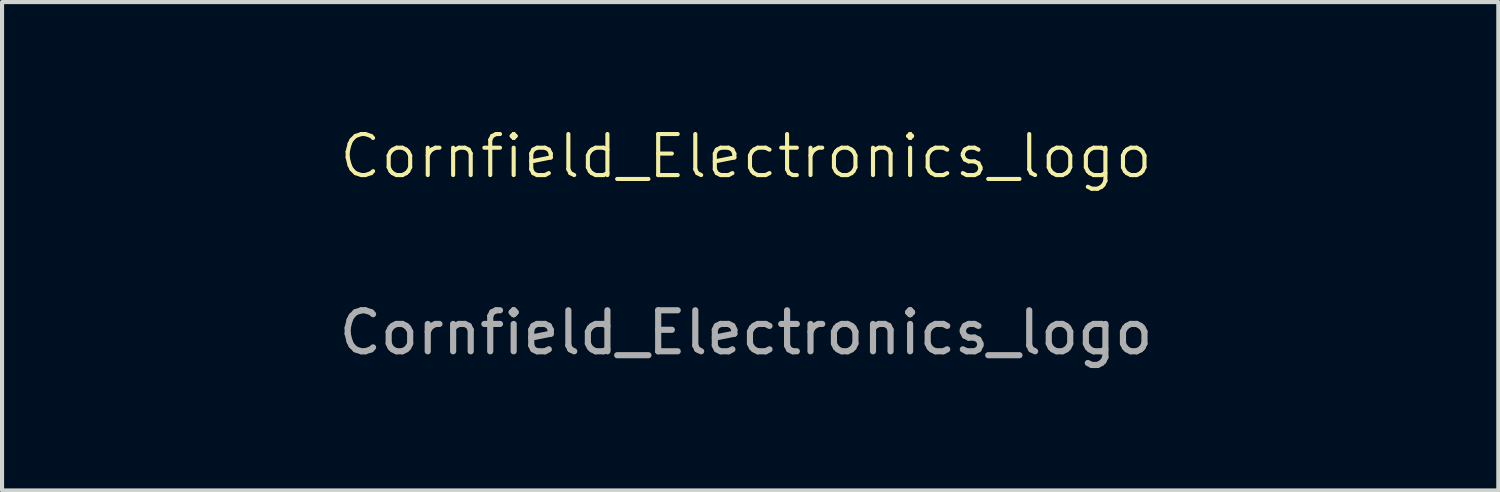
<source format=kicad_pcb>
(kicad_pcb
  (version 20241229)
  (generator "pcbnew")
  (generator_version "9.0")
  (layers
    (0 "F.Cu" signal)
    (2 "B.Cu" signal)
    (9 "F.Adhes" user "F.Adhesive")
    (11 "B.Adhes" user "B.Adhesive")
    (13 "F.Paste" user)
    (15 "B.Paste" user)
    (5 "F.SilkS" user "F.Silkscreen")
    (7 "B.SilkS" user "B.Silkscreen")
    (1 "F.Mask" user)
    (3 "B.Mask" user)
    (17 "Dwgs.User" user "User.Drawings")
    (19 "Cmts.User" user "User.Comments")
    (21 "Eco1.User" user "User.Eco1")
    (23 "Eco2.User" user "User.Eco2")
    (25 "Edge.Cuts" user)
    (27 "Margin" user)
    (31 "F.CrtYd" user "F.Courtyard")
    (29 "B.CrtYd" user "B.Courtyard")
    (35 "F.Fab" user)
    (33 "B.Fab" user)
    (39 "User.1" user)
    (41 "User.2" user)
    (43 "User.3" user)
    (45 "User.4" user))
  (footprint "Cornfield_Electronics_logo"
    (layer "F.Cu")
    (at 15.142 2.861)
    (property "Reference" "Cornfield_Electronics_logo" (at 0 -2.1 0) (unlocked yes) (layer "F.SilkS") (effects (font (size 1 1) (thickness 0.1))))
    (attr smd)
    (fp_poly (pts (xy -14.669 -0.894) (xy -14.622 -0.892) (xy -14.622 -0.843) (xy -14.622 -0.794) (xy -14.665 -0.793) (xy -14.692 -0.793) (xy -14.708 -0.795) (xy -14.714 -0.799) (xy -14.716 -0.808) (xy -14.718 -0.825) (xy -14.719 -0.846) (xy -14.719 -0.868) (xy -14.717 -0.887) (xy -14.717 -0.891) (xy -14.711 -0.893) (xy -14.696 -0.894) (xy -14.674 -0.894)) (stroke (width 0) (type solid)) (fill yes) (layer "F.Mask"))
    (fp_poly (pts (xy -14.665 -1.344) (xy -14.622 -1.343) (xy -14.622 -1.297) (xy -14.622 -1.251) (xy -14.659 -1.248) (xy -14.68 -1.247) (xy -14.698 -1.246) (xy -14.706 -1.247) (xy -14.711 -1.249) (xy -14.715 -1.252) (xy -14.717 -1.26) (xy -14.718 -1.276) (xy -14.719 -1.294) (xy -14.719 -1.318) (xy -14.716 -1.334) (xy -14.706 -1.342) (xy -14.688 -1.345)) (stroke (width 0) (type solid)) (fill yes) (layer "F.Mask"))
    (fp_poly (pts (xy -14.438 -1.009) (xy -14.396 -1.008) (xy -14.396 -0.959) (xy -14.396 -0.91) (xy -14.443 -0.908) (xy -14.467 -0.908) (xy -14.482 -0.909) (xy -14.49 -0.912) (xy -14.493 -0.916) (xy -14.496 -0.932) (xy -14.497 -0.952) (xy -14.496 -0.974) (xy -14.493 -0.992) (xy -14.489 -1.003) (xy -14.488 -1.004) (xy -14.477 -1.008) (xy -14.456 -1.01)) (stroke (width 0) (type solid)) (fill yes) (layer "F.Mask"))
    (fp_poly (pts (xy -12.176 -0.894) (xy -12.125 -0.892) (xy -12.125 -0.843) (xy -12.125 -0.794) (xy -12.178 -0.793) (xy -12.208 -0.792) (xy -12.227 -0.794) (xy -12.235 -0.798) (xy -12.238 -0.809) (xy -12.24 -0.828) (xy -12.24 -0.849) (xy -12.239 -0.869) (xy -12.236 -0.884) (xy -12.234 -0.89) (xy -12.225 -0.892) (xy -12.207 -0.894) (xy -12.183 -0.894)) (stroke (width 0) (type solid)) (fill yes) (layer "F.Mask"))
    (fp_poly (pts (xy -12.123 -1.528) (xy -12.123 -1.501) (xy -12.126 -1.483) (xy -12.136 -1.473) (xy -12.153 -1.469) (xy -12.179 -1.467) (xy -12.184 -1.467) (xy -12.207 -1.468) (xy -12.221 -1.471) (xy -12.23 -1.476) (xy -12.233 -1.479) (xy -12.237 -1.492) (xy -12.238 -1.515) (xy -12.238 -1.532) (xy -12.234 -1.574) (xy -12.18 -1.574) (xy -12.125 -1.574)) (stroke (width 0) (type solid)) (fill yes) (layer "F.Mask"))
    (fp_poly (pts (xy -14.396 -1.464) (xy -14.395 -1.414) (xy -14.393 -1.364) (xy -14.441 -1.364) (xy -14.464 -1.364) (xy -14.482 -1.366) (xy -14.492 -1.367) (xy -14.493 -1.368) (xy -14.495 -1.377) (xy -14.497 -1.393) (xy -14.497 -1.414) (xy -14.495 -1.434) (xy -14.493 -1.449) (xy -14.491 -1.454) (xy -14.486 -1.46) (xy -14.476 -1.463) (xy -14.459 -1.465) (xy -14.441 -1.465)) (stroke (width 0) (type solid)) (fill yes) (layer "F.Mask"))
    (fp_poly (pts (xy -13.381 -1.573) (xy -13.37 -1.564) (xy -13.365 -1.549) (xy -13.364 -1.525) (xy -13.364 -1.521) (xy -13.365 -1.497) (xy -13.371 -1.481) (xy -13.383 -1.472) (xy -13.403 -1.468) (xy -13.425 -1.467) (xy -13.452 -1.469) (xy -13.469 -1.473) (xy -13.473 -1.476) (xy -13.477 -1.487) (xy -13.479 -1.509) (xy -13.479 -1.529) (xy -13.477 -1.574) (xy -13.428 -1.576) (xy -13.4 -1.576)) (stroke (width 0) (type solid)) (fill yes) (layer "F.Mask"))
    (fp_poly (pts (xy -14.648 -1.576) (xy -14.631 -1.571) (xy -14.623 -1.56) (xy -14.619 -1.541) (xy -14.62 -1.519) (xy -14.622 -1.476) (xy -14.668 -1.475) (xy -14.692 -1.474) (xy -14.707 -1.475) (xy -14.714 -1.478) (xy -14.718 -1.483) (xy -14.718 -1.484) (xy -14.72 -1.503) (xy -14.721 -1.527) (xy -14.719 -1.55) (xy -14.716 -1.562) (xy -14.711 -1.571) (xy -14.704 -1.575) (xy -14.69 -1.577) (xy -14.675 -1.577)) (stroke (width 0) (type solid)) (fill yes) (layer "F.Mask"))
    (fp_poly (pts (xy -14.441 -1.235) (xy -14.396 -1.233) (xy -14.395 -1.186) (xy -14.394 -1.163) (xy -14.395 -1.147) (xy -14.397 -1.138) (xy -14.398 -1.138) (xy -14.406 -1.137) (xy -14.422 -1.137) (xy -14.444 -1.136) (xy -14.467 -1.136) (xy -14.481 -1.138) (xy -14.489 -1.142) (xy -14.491 -1.146) (xy -14.495 -1.158) (xy -14.496 -1.178) (xy -14.496 -1.199) (xy -14.495 -1.218) (xy -14.492 -1.229) (xy -14.484 -1.233) (xy -14.467 -1.235)) (stroke (width 0) (type solid)) (fill yes) (layer "F.Mask"))
    (fp_poly (pts (xy -13.65 -1.466) (xy -13.647 -1.466) (xy -13.599 -1.464) (xy -13.596 -1.423) (xy -13.594 -1.394) (xy -13.595 -1.375) (xy -13.601 -1.365) (xy -13.613 -1.359) (xy -13.633 -1.358) (xy -13.646 -1.358) (xy -13.671 -1.359) (xy -13.69 -1.362) (xy -13.698 -1.365) (xy -13.702 -1.375) (xy -13.704 -1.392) (xy -13.705 -1.414) (xy -13.704 -1.436) (xy -13.702 -1.453) (xy -13.7 -1.46) (xy -13.693 -1.464) (xy -13.676 -1.466)) (stroke (width 0) (type solid)) (fill yes) (layer "F.Mask"))
    (fp_poly (pts (xy -13.644 -1.241) (xy -13.599 -1.239) (xy -13.597 -1.191) (xy -13.597 -1.163) (xy -13.599 -1.143) (xy -13.602 -1.135) (xy -13.613 -1.129) (xy -13.631 -1.127) (xy -13.653 -1.126) (xy -13.675 -1.128) (xy -13.691 -1.133) (xy -13.696 -1.136) (xy -13.701 -1.148) (xy -13.704 -1.167) (xy -13.705 -1.19) (xy -13.704 -1.212) (xy -13.699 -1.229) (xy -13.697 -1.232) (xy -13.691 -1.238) (xy -13.681 -1.241) (xy -13.663 -1.241)) (stroke (width 0) (type solid)) (fill yes) (layer "F.Mask"))
    (fp_poly (pts (xy -13.381 -0.892) (xy -13.373 -0.888) (xy -13.368 -0.878) (xy -13.365 -0.86) (xy -13.364 -0.839) (xy -13.365 -0.819) (xy -13.369 -0.803) (xy -13.371 -0.799) (xy -13.381 -0.795) (xy -13.399 -0.792) (xy -13.42 -0.791) (xy -13.443 -0.792) (xy -13.462 -0.794) (xy -13.474 -0.797) (xy -13.477 -0.8) (xy -13.479 -0.81) (xy -13.479 -0.828) (xy -13.479 -0.85) (xy -13.477 -0.892) (xy -13.429 -0.894) (xy -13.401 -0.894)) (stroke (width 0) (type solid)) (fill yes) (layer "F.Mask"))
    (fp_poly (pts (xy -12.367 -1.239) (xy -12.359 -1.235) (xy -12.358 -1.235) (xy -12.355 -1.223) (xy -12.354 -1.205) (xy -12.353 -1.182) (xy -12.355 -1.16) (xy -12.357 -1.143) (xy -12.361 -1.134) (xy -12.371 -1.129) (xy -12.39 -1.127) (xy -12.411 -1.126) (xy -12.433 -1.128) (xy -12.449 -1.131) (xy -12.456 -1.135) (xy -12.46 -1.146) (xy -12.462 -1.168) (xy -12.462 -1.191) (xy -12.46 -1.239) (xy -12.412 -1.241) (xy -12.384 -1.241)) (stroke (width 0) (type solid)) (fill yes) (layer "F.Mask"))
    (fp_poly (pts (xy -11.948 -1.466) (xy -11.9 -1.464) (xy -11.898 -1.42) (xy -11.898 -1.393) (xy -11.9 -1.374) (xy -11.903 -1.366) (xy -11.914 -1.361) (xy -11.932 -1.358) (xy -11.955 -1.357) (xy -11.977 -1.359) (xy -11.995 -1.363) (xy -12.003 -1.367) (xy -12.008 -1.38) (xy -12.012 -1.399) (xy -12.012 -1.422) (xy -12.01 -1.442) (xy -12.005 -1.457) (xy -12.004 -1.457) (xy -11.998 -1.463) (xy -11.989 -1.466) (xy -11.972 -1.467)) (stroke (width 0) (type solid)) (fill yes) (layer "F.Mask"))
    (fp_poly (pts (xy -13.153 -1.008) (xy -13.143 -1.005) (xy -13.143 -1.005) (xy -13.138 -0.994) (xy -13.137 -0.976) (xy -13.138 -0.954) (xy -13.141 -0.932) (xy -13.145 -0.916) (xy -13.149 -0.909) (xy -13.162 -0.904) (xy -13.182 -0.902) (xy -13.205 -0.901) (xy -13.227 -0.903) (xy -13.242 -0.907) (xy -13.244 -0.909) (xy -13.25 -0.915) (xy -13.253 -0.925) (xy -13.254 -0.943) (xy -13.253 -0.962) (xy -13.251 -1.008) (xy -13.2 -1.009) (xy -13.173 -1.01)) (stroke (width 0) (type solid)) (fill yes) (layer "F.Mask"))
    (fp_poly (pts (xy -11.942 -1.011) (xy -11.9 -1.008) (xy -11.898 -0.963) (xy -11.898 -0.936) (xy -11.9 -0.917) (xy -11.903 -0.91) (xy -11.913 -0.905) (xy -11.93 -0.902) (xy -11.952 -0.901) (xy -11.974 -0.901) (xy -11.992 -0.904) (xy -12 -0.907) (xy -12.006 -0.917) (xy -12.01 -0.939) (xy -12.011 -0.955) (xy -12.012 -0.977) (xy -12.011 -0.991) (xy -12.008 -0.999) (xy -12.001 -1.005) (xy -11.999 -1.006) (xy -11.986 -1.011) (xy -11.966 -1.012)) (stroke (width 0) (type solid)) (fill yes) (layer "F.Mask"))
    (fp_poly (pts (xy -14.874 -1.464) (xy -14.858 -1.461) (xy -14.853 -1.458) (xy -14.848 -1.446) (xy -14.845 -1.427) (xy -14.844 -1.406) (xy -14.845 -1.385) (xy -14.848 -1.373) (xy -14.855 -1.368) (xy -14.872 -1.364) (xy -14.892 -1.363) (xy -14.913 -1.364) (xy -14.931 -1.366) (xy -14.942 -1.371) (xy -14.944 -1.373) (xy -14.946 -1.387) (xy -14.947 -1.407) (xy -14.947 -1.428) (xy -14.945 -1.445) (xy -14.942 -1.454) (xy -14.932 -1.46) (xy -14.915 -1.464) (xy -14.894 -1.465)) (stroke (width 0) (type solid)) (fill yes) (layer "F.Mask"))
    (fp_poly (pts (xy -14.875 -1.235) (xy -14.858 -1.232) (xy -14.851 -1.229) (xy -14.847 -1.219) (xy -14.845 -1.201) (xy -14.844 -1.18) (xy -14.845 -1.161) (xy -14.848 -1.147) (xy -14.849 -1.146) (xy -14.858 -1.141) (xy -14.874 -1.138) (xy -14.894 -1.136) (xy -14.914 -1.135) (xy -14.929 -1.137) (xy -14.93 -1.138) (xy -14.94 -1.144) (xy -14.945 -1.155) (xy -14.947 -1.176) (xy -14.947 -1.183) (xy -14.946 -1.209) (xy -14.941 -1.224) (xy -14.929 -1.233) (xy -14.91 -1.236) (xy -14.897 -1.236)) (stroke (width 0) (type solid)) (fill yes) (layer "F.Mask"))
    (fp_poly (pts (xy -13.394 -1.125) (xy -13.377 -1.118) (xy -13.368 -1.106) (xy -13.365 -1.084) (xy -13.365 -1.062) (xy -13.368 -1.036) (xy -13.373 -1.02) (xy -13.377 -1.016) (xy -13.389 -1.013) (xy -13.408 -1.011) (xy -13.431 -1.011) (xy -13.452 -1.013) (xy -13.467 -1.016) (xy -13.469 -1.017) (xy -13.475 -1.023) (xy -13.478 -1.033) (xy -13.48 -1.052) (xy -13.48 -1.069) (xy -13.479 -1.095) (xy -13.475 -1.112) (xy -13.465 -1.121) (xy -13.448 -1.125) (xy -13.421 -1.126) (xy -13.42 -1.126)) (stroke (width 0) (type solid)) (fill yes) (layer "F.Mask"))
    (fp_poly (pts (xy -13.172 -1.241) (xy -13.154 -1.238) (xy -13.146 -1.235) (xy -13.142 -1.225) (xy -13.14 -1.205) (xy -13.139 -1.183) (xy -13.14 -1.157) (xy -13.144 -1.141) (xy -13.153 -1.131) (xy -13.171 -1.127) (xy -13.198 -1.126) (xy -13.199 -1.126) (xy -13.225 -1.128) (xy -13.242 -1.133) (xy -13.245 -1.136) (xy -13.25 -1.147) (xy -13.253 -1.166) (xy -13.255 -1.189) (xy -13.254 -1.211) (xy -13.251 -1.228) (xy -13.247 -1.235) (xy -13.237 -1.239) (xy -13.218 -1.241) (xy -13.197 -1.242)) (stroke (width 0) (type solid)) (fill yes) (layer "F.Mask"))
    (fp_poly (pts (xy -14.647 -1.12) (xy -14.631 -1.117) (xy -14.628 -1.117) (xy -14.623 -1.109) (xy -14.619 -1.093) (xy -14.618 -1.072) (xy -14.618 -1.051) (xy -14.621 -1.033) (xy -14.626 -1.022) (xy -14.628 -1.02) (xy -14.642 -1.018) (xy -14.661 -1.017) (xy -14.682 -1.017) (xy -14.7 -1.019) (xy -14.712 -1.022) (xy -14.714 -1.024) (xy -14.717 -1.035) (xy -14.719 -1.054) (xy -14.719 -1.075) (xy -14.719 -1.095) (xy -14.716 -1.109) (xy -14.715 -1.113) (xy -14.706 -1.117) (xy -14.689 -1.119) (xy -14.668 -1.12)) (stroke (width 0) (type solid)) (fill yes) (layer "F.Mask"))
    (fp_poly (pts (xy -12.37 -1.465) (xy -12.36 -1.464) (xy -12.359 -1.463) (xy -12.356 -1.455) (xy -12.354 -1.438) (xy -12.353 -1.416) (xy -12.353 -1.413) (xy -12.353 -1.387) (xy -12.355 -1.371) (xy -12.36 -1.364) (xy -12.36 -1.363) (xy -12.371 -1.36) (xy -12.39 -1.358) (xy -12.411 -1.358) (xy -12.433 -1.359) (xy -12.45 -1.361) (xy -12.459 -1.365) (xy -12.46 -1.366) (xy -12.462 -1.376) (xy -12.462 -1.394) (xy -12.462 -1.417) (xy -12.462 -1.419) (xy -12.46 -1.464) (xy -12.412 -1.466) (xy -12.388 -1.466)) (stroke (width 0) (type solid)) (fill yes) (layer "F.Mask"))
    (fp_poly (pts (xy -14.87 -1.009) (xy -14.855 -1.006) (xy -14.851 -1.003) (xy -14.847 -0.993) (xy -14.844 -0.974) (xy -14.844 -0.953) (xy -14.846 -0.933) (xy -14.85 -0.919) (xy -14.85 -0.919) (xy -14.856 -0.912) (xy -14.866 -0.909) (xy -14.883 -0.907) (xy -14.896 -0.907) (xy -14.918 -0.908) (xy -14.931 -0.91) (xy -14.939 -0.915) (xy -14.941 -0.919) (xy -14.945 -0.933) (xy -14.947 -0.953) (xy -14.947 -0.974) (xy -14.945 -0.992) (xy -14.94 -1.003) (xy -14.94 -1.003) (xy -14.93 -1.008) (xy -14.911 -1.01) (xy -14.89 -1.01)) (stroke (width 0) (type solid)) (fill yes) (layer "F.Mask"))
    (fp_poly (pts (xy -13.614 -1.011) (xy -13.603 -1.008) (xy -13.603 -1.008) (xy -13.599 -0.999) (xy -13.596 -0.98) (xy -13.596 -0.956) (xy -13.596 -0.931) (xy -13.598 -0.915) (xy -13.601 -0.907) (xy -13.605 -0.905) (xy -13.619 -0.902) (xy -13.639 -0.901) (xy -13.661 -0.901) (xy -13.681 -0.903) (xy -13.695 -0.907) (xy -13.698 -0.908) (xy -13.702 -0.918) (xy -13.704 -0.936) (xy -13.705 -0.957) (xy -13.704 -0.979) (xy -13.702 -0.996) (xy -13.7 -1.003) (xy -13.692 -1.007) (xy -13.675 -1.01) (xy -13.654 -1.012) (xy -13.632 -1.013)) (stroke (width 0) (type solid)) (fill yes) (layer "F.Mask"))
    (fp_poly (pts (xy -13.4 -1.351) (xy -13.385 -1.35) (xy -13.377 -1.347) (xy -13.372 -1.341) (xy -13.37 -1.336) (xy -13.365 -1.315) (xy -13.364 -1.29) (xy -13.367 -1.267) (xy -13.373 -1.25) (xy -13.374 -1.249) (xy -13.381 -1.242) (xy -13.391 -1.238) (xy -13.407 -1.236) (xy -13.422 -1.236) (xy -13.448 -1.237) (xy -13.465 -1.242) (xy -13.47 -1.246) (xy -13.476 -1.258) (xy -13.479 -1.279) (xy -13.48 -1.294) (xy -13.479 -1.321) (xy -13.477 -1.337) (xy -13.47 -1.347) (xy -13.457 -1.351) (xy -13.435 -1.352) (xy -13.424 -1.352)) (stroke (width 0) (type solid)) (fill yes) (layer "F.Mask"))
    (fp_poly (pts (xy -12.383 -1.012) (xy -12.367 -1.01) (xy -12.361 -1.007) (xy -12.356 -1) (xy -12.353 -0.987) (xy -12.352 -0.965) (xy -12.353 -0.959) (xy -12.354 -0.936) (xy -12.357 -0.918) (xy -12.36 -0.909) (xy -12.369 -0.905) (xy -12.386 -0.903) (xy -12.407 -0.901) (xy -12.429 -0.901) (xy -12.447 -0.903) (xy -12.455 -0.905) (xy -12.459 -0.912) (xy -12.461 -0.928) (xy -12.463 -0.948) (xy -12.463 -0.97) (xy -12.462 -0.99) (xy -12.459 -1.004) (xy -12.457 -1.007) (xy -12.446 -1.011) (xy -12.427 -1.012) (xy -12.404 -1.013)) (stroke (width 0) (type solid)) (fill yes) (layer "F.Mask"))
    (fp_poly (pts (xy -12.157 -1.351) (xy -12.139 -1.348) (xy -12.129 -1.344) (xy -12.125 -1.334) (xy -12.123 -1.316) (xy -12.122 -1.296) (xy -12.122 -1.273) (xy -12.125 -1.259) (xy -12.129 -1.251) (xy -12.135 -1.245) (xy -12.151 -1.24) (xy -12.173 -1.237) (xy -12.198 -1.237) (xy -12.219 -1.241) (xy -12.224 -1.242) (xy -12.231 -1.246) (xy -12.235 -1.253) (xy -12.237 -1.265) (xy -12.237 -1.286) (xy -12.238 -1.292) (xy -12.236 -1.318) (xy -12.234 -1.336) (xy -12.23 -1.344) (xy -12.22 -1.348) (xy -12.202 -1.351) (xy -12.179 -1.352)) (stroke (width 0) (type solid)) (fill yes) (layer "F.Mask"))
    (fp_poly (pts (xy -11.93 -1.241) (xy -11.912 -1.238) (xy -11.904 -1.235) (xy -11.9 -1.225) (xy -11.897 -1.205) (xy -11.896 -1.183) (xy -11.897 -1.157) (xy -11.902 -1.141) (xy -11.911 -1.131) (xy -11.928 -1.127) (xy -11.956 -1.126) (xy -11.957 -1.126) (xy -11.978 -1.127) (xy -11.991 -1.13) (xy -12 -1.136) (xy -12.003 -1.14) (xy -12.009 -1.156) (xy -12.012 -1.179) (xy -12.011 -1.204) (xy -12.007 -1.225) (xy -12.006 -1.226) (xy -12.002 -1.234) (xy -11.996 -1.239) (xy -11.986 -1.241) (xy -11.967 -1.242) (xy -11.956 -1.242)) (stroke (width 0) (type solid)) (fill yes) (layer "F.Mask"))
    (fp_poly (pts (xy -13.158 -1.466) (xy -13.145 -1.464) (xy -13.142 -1.462) (xy -13.141 -1.454) (xy -13.139 -1.437) (xy -13.138 -1.415) (xy -13.138 -1.413) (xy -13.138 -1.388) (xy -13.14 -1.372) (xy -13.144 -1.365) (xy -13.145 -1.364) (xy -13.157 -1.36) (xy -13.176 -1.358) (xy -13.198 -1.358) (xy -13.22 -1.359) (xy -13.238 -1.361) (xy -13.247 -1.365) (xy -13.251 -1.375) (xy -13.254 -1.394) (xy -13.254 -1.415) (xy -13.253 -1.437) (xy -13.25 -1.453) (xy -13.247 -1.46) (xy -13.238 -1.463) (xy -13.221 -1.466) (xy -13.2 -1.467) (xy -13.178 -1.467)) (stroke (width 0) (type solid)) (fill yes) (layer "F.Mask"))
    (fp_poly (pts (xy -12.158 -1.125) (xy -12.139 -1.121) (xy -12.139 -1.121) (xy -12.13 -1.117) (xy -12.125 -1.111) (xy -12.123 -1.101) (xy -12.122 -1.084) (xy -12.122 -1.068) (xy -12.122 -1.045) (xy -12.123 -1.031) (xy -12.127 -1.023) (xy -12.133 -1.018) (xy -12.137 -1.017) (xy -12.157 -1.012) (xy -12.182 -1.011) (xy -12.207 -1.013) (xy -12.224 -1.017) (xy -12.232 -1.022) (xy -12.236 -1.032) (xy -12.237 -1.049) (xy -12.238 -1.053) (xy -12.238 -1.072) (xy -12.24 -1.087) (xy -12.241 -1.091) (xy -12.24 -1.102) (xy -12.235 -1.111) (xy -12.224 -1.118) (xy -12.205 -1.123) (xy -12.181 -1.126)) (stroke (width 0) (type solid)) (fill yes) (layer "F.Mask"))
    (fp_poly (pts (xy -1.992 -0.905) (xy -1.985 -0.894) (xy -1.985 -0.885) (xy -1.991 -0.874) (xy -2.001 -0.858) (xy -2.095 -0.862) (xy -2.132 -0.864) (xy -2.158 -0.864) (xy -2.177 -0.864) (xy -2.19 -0.862) (xy -2.199 -0.859) (xy -2.204 -0.856) (xy -2.22 -0.846) (xy -2.22 -0.277) (xy -2.22 -0.181) (xy -2.22 -0.096) (xy -2.22 -0.022) (xy -2.22 0.042) (xy -2.22 0.097) (xy -2.219 0.143) (xy -2.219 0.181) (xy -2.219 0.213) (xy -2.218 0.238) (xy -2.217 0.258) (xy -2.216 0.273) (xy -2.215 0.284) (xy -2.214 0.292) (xy -2.213 0.298) (xy -2.211 0.301) (xy -2.209 0.304) (xy -2.208 0.305) (xy -2.202 0.309) (xy -2.196 0.312) (xy -2.185 0.315) (xy -2.169 0.316) (xy -2.146 0.317) (xy -2.113 0.317) (xy -2.092 0.317) (xy -1.989 0.317) (xy -1.985 0.333) (xy -1.984 0.35) (xy -1.987 0.361) (xy -1.988 0.364) (xy -1.99 0.366) (xy -1.994 0.368) (xy -2.001 0.37) (xy -2.011 0.371) (xy -2.026 0.372) (xy -2.047 0.373) (xy -2.074 0.373) (xy -2.109 0.374) (xy -2.153 0.374) (xy -2.206 0.374) (xy -2.269 0.374) (xy -2.323 0.374) (xy -2.395 0.374) (xy -2.456 0.374) (xy -2.507 0.374) (xy -2.548 0.374) (xy -2.581 0.374) (xy -2.607 0.373) (xy -2.626 0.372) (xy -2.64 0.371) (xy -2.649 0.37) (xy -2.655 0.368) (xy -2.658 0.366) (xy -2.659 0.365) (xy -2.664 0.346) (xy -2.661 0.329) (xy -2.657 0.324) (xy -2.649 0.321) (xy -2.631 0.319) (xy -2.602 0.318) (xy -2.563 0.317) (xy -2.551 0.317) (xy -2.513 0.317) (xy -2.486 0.316) (xy -2.468 0.315) (xy -2.455 0.313) (xy -2.447 0.311) (xy -2.441 0.307) (xy -2.439 0.305) (xy -2.437 0.302) (xy -2.435 0.3) (xy -2.434 0.295) (xy -2.432 0.289) (xy -2.431 0.279) (xy -2.43 0.266) (xy -2.429 0.249) (xy -2.429 0.226) (xy -2.428 0.198) (xy -2.428 0.163) (xy -2.428 0.121) (xy -2.427 0.07) (xy -2.427 0.011) (xy -2.427 -0.058) (xy -2.427 -0.137) (xy -2.427 -0.227) (xy -2.427 -0.277) (xy -2.427 -0.846) (xy -2.443 -0.856) (xy -2.45 -0.86) (xy -2.46 -0.863) (xy -2.474 -0.864) (xy -2.494 -0.864) (xy -2.523 -0.863) (xy -2.549 -0.862) (xy -2.585 -0.861) (xy -2.61 -0.86) (xy -2.627 -0.861) (xy -2.638 -0.862) (xy -2.645 -0.865) (xy -2.651 -0.869) (xy -2.652 -0.871) (xy -2.662 -0.883) (xy -2.663 -0.893) (xy -2.654 -0.906) (xy -2.654 -0.907) (xy -2.643 -0.921) (xy -2.323 -0.921) (xy -2.004 -0.921)) (stroke (width 0) (type solid)) (fill yes) (layer "F.Mask"))
    (fp_poly (pts (xy 12.875 -0.921) (xy 12.926 -0.921) (xy 12.967 -0.92) (xy 13 -0.919) (xy 13.026 -0.918) (xy 13.045 -0.916) (xy 13.059 -0.914) (xy 13.068 -0.911) (xy 13.074 -0.907) (xy 13.076 -0.902) (xy 13.077 -0.896) (xy 13.077 -0.89) (xy 13.077 -0.889) (xy 13.076 -0.878) (xy 13.073 -0.87) (xy 13.065 -0.865) (xy 13.052 -0.862) (xy 13.03 -0.86) (xy 13 -0.861) (xy 12.966 -0.862) (xy 12.927 -0.864) (xy 12.899 -0.864) (xy 12.879 -0.863) (xy 12.867 -0.861) (xy 12.861 -0.859) (xy 12.86 -0.856) (xy 12.858 -0.852) (xy 12.857 -0.844) (xy 12.856 -0.832) (xy 12.855 -0.816) (xy 12.854 -0.795) (xy 12.854 -0.768) (xy 12.853 -0.735) (xy 12.853 -0.694) (xy 12.852 -0.645) (xy 12.852 -0.587) (xy 12.852 -0.52) (xy 12.852 -0.442) (xy 12.852 -0.354) (xy 12.852 -0.274) (xy 12.852 -0.172) (xy 12.852 -0.081) (xy 12.852 -0.002) (xy 12.853 0.067) (xy 12.853 0.126) (xy 12.853 0.176) (xy 12.854 0.217) (xy 12.855 0.25) (xy 12.856 0.275) (xy 12.857 0.293) (xy 12.858 0.304) (xy 12.859 0.309) (xy 12.859 0.31) (xy 12.867 0.313) (xy 12.885 0.315) (xy 12.913 0.316) (xy 12.952 0.317) (xy 12.969 0.317) (xy 13.006 0.317) (xy 13.034 0.317) (xy 13.052 0.318) (xy 13.064 0.32) (xy 13.071 0.322) (xy 13.075 0.326) (xy 13.078 0.331) (xy 13.081 0.35) (xy 13.079 0.359) (xy 13.073 0.374) (xy 12.746 0.374) (xy 12.674 0.374) (xy 12.609 0.374) (xy 12.552 0.374) (xy 12.504 0.373) (xy 12.465 0.372) (xy 12.437 0.371) (xy 12.419 0.37) (xy 12.413 0.369) (xy 12.408 0.358) (xy 12.408 0.342) (xy 12.411 0.328) (xy 12.417 0.321) (xy 12.426 0.319) (xy 12.445 0.318) (xy 12.472 0.317) (xy 12.503 0.317) (xy 12.522 0.317) (xy 12.555 0.316) (xy 12.585 0.316) (xy 12.608 0.314) (xy 12.622 0.312) (xy 12.626 0.311) (xy 12.627 0.305) (xy 12.629 0.286) (xy 12.63 0.258) (xy 12.631 0.221) (xy 12.632 0.176) (xy 12.633 0.123) (xy 12.633 0.065) (xy 12.634 0.001) (xy 12.634 -0.066) (xy 12.635 -0.137) (xy 12.635 -0.209) (xy 12.635 -0.282) (xy 12.635 -0.355) (xy 12.635 -0.427) (xy 12.634 -0.497) (xy 12.634 -0.564) (xy 12.633 -0.626) (xy 12.632 -0.684) (xy 12.631 -0.735) (xy 12.63 -0.778) (xy 12.629 -0.814) (xy 12.628 -0.84) (xy 12.627 -0.855) (xy 12.626 -0.86) (xy 12.617 -0.862) (xy 12.598 -0.863) (xy 12.57 -0.863) (xy 12.537 -0.862) (xy 12.519 -0.862) (xy 12.482 -0.861) (xy 12.455 -0.86) (xy 12.437 -0.86) (xy 12.426 -0.862) (xy 12.419 -0.864) (xy 12.415 -0.868) (xy 12.414 -0.87) (xy 12.408 -0.889) (xy 12.413 -0.905) (xy 12.415 -0.91) (xy 12.418 -0.912) (xy 12.422 -0.914) (xy 12.428 -0.916) (xy 12.438 -0.917) (xy 12.452 -0.918) (xy 12.472 -0.919) (xy 12.498 -0.92) (xy 12.532 -0.92) (xy 12.574 -0.92) (xy 12.626 -0.921) (xy 12.688 -0.921) (xy 12.741 -0.921) (xy 12.814 -0.921)) (stroke (width 0) (type solid)) (fill yes) (layer "F.Mask"))
    (fp_poly (pts (xy -7.144 -0.953) (xy -7.072 -0.939) (xy -7 -0.913) (xy -6.931 -0.875) (xy -6.896 -0.851) (xy -6.838 -0.8) (xy -6.788 -0.74) (xy -6.745 -0.672) (xy -6.709 -0.598) (xy -6.681 -0.517) (xy -6.661 -0.432) (xy -6.65 -0.343) (xy -6.648 -0.252) (xy -6.655 -0.16) (xy -6.659 -0.131) (xy -6.668 -0.08) (xy -6.678 -0.037) (xy -6.687 -0.003) (xy -6.695 0.02) (xy -6.695 0.022) (xy -6.701 0.033) (xy -6.709 0.052) (xy -6.719 0.073) (xy -6.758 0.149) (xy -6.805 0.216) (xy -6.86 0.274) (xy -6.922 0.322) (xy -6.991 0.361) (xy -7.066 0.389) (xy -7.07 0.39) (xy -7.103 0.397) (xy -7.144 0.401) (xy -7.189 0.403) (xy -7.235 0.402) (xy -7.278 0.399) (xy -7.315 0.393) (xy -7.329 0.389) (xy -7.403 0.361) (xy -7.471 0.322) (xy -7.532 0.274) (xy -7.587 0.217) (xy -7.634 0.152) (xy -7.674 0.079) (xy -7.705 -0.000338) (xy -7.728 -0.086) (xy -7.741 -0.177) (xy -7.743 -0.199) (xy -7.744 -0.227) (xy -7.745 -0.26) (xy -7.745 -0.271) (xy -7.513 -0.271) (xy -7.512 -0.199) (xy -7.509 -0.129) (xy -7.504 -0.065) (xy -7.497 -0.008) (xy -7.49 0.034) (xy -7.476 0.091) (xy -7.462 0.138) (xy -7.446 0.178) (xy -7.427 0.212) (xy -7.408 0.239) (xy -7.376 0.275) (xy -7.343 0.301) (xy -7.305 0.319) (xy -7.262 0.33) (xy -7.21 0.334) (xy -7.201 0.334) (xy -7.165 0.334) (xy -7.138 0.332) (xy -7.116 0.328) (xy -7.102 0.323) (xy -7.052 0.3) (xy -7.01 0.267) (xy -6.988 0.243) (xy -6.971 0.219) (xy -6.954 0.189) (xy -6.939 0.159) (xy -6.928 0.131) (xy -6.923 0.114) (xy -6.919 0.097) (xy -6.915 0.085) (xy -6.912 0.075) (xy -6.908 0.057) (xy -6.903 0.03) (xy -6.898 -0.00036) (xy -6.896 -0.013) (xy -6.89 -0.061) (xy -6.886 -0.119) (xy -6.883 -0.183) (xy -6.881 -0.25) (xy -6.881 -0.318) (xy -6.883 -0.384) (xy -6.886 -0.444) (xy -6.891 -0.496) (xy -6.893 -0.514) (xy -6.907 -0.594) (xy -6.925 -0.662) (xy -6.946 -0.72) (xy -6.972 -0.768) (xy -7.003 -0.808) (xy -7.039 -0.84) (xy -7.068 -0.859) (xy -7.107 -0.879) (xy -7.195 -0.88) (xy -7.23 -0.88) (xy -7.255 -0.879) (xy -7.274 -0.878) (xy -7.288 -0.875) (xy -7.3 -0.871) (xy -7.313 -0.865) (xy -7.32 -0.861) (xy -7.36 -0.836) (xy -7.395 -0.805) (xy -7.424 -0.766) (xy -7.449 -0.718) (xy -7.47 -0.661) (xy -7.487 -0.592) (xy -7.488 -0.59) (xy -7.497 -0.54) (xy -7.504 -0.481) (xy -7.508 -0.415) (xy -7.511 -0.344) (xy -7.513 -0.271) (xy -7.745 -0.271) (xy -7.745 -0.296) (xy -7.744 -0.333) (xy -7.742 -0.367) (xy -7.74 -0.399) (xy -7.738 -0.423) (xy -7.736 -0.44) (xy -7.734 -0.445) (xy -7.731 -0.453) (xy -7.726 -0.47) (xy -7.722 -0.488) (xy -7.71 -0.535) (xy -7.693 -0.583) (xy -7.674 -0.628) (xy -7.655 -0.669) (xy -7.641 -0.691) (xy -7.601 -0.747) (xy -7.563 -0.793) (xy -7.525 -0.83) (xy -7.503 -0.848) (xy -7.434 -0.892) (xy -7.363 -0.925) (xy -7.291 -0.946) (xy -7.218 -0.955)) (stroke (width 0) (type solid)) (fill yes) (layer "F.Mask"))
    (fp_poly (pts (xy 10.159 -0.954) (xy 10.197 -0.949) (xy 10.238 -0.941) (xy 10.276 -0.932) (xy 10.303 -0.923) (xy 10.334 -0.91) (xy 10.369 -0.891) (xy 10.404 -0.868) (xy 10.436 -0.845) (xy 10.447 -0.836) (xy 10.501 -0.783) (xy 10.548 -0.724) (xy 10.587 -0.658) (xy 10.62 -0.584) (xy 10.647 -0.501) (xy 10.652 -0.484) (xy 10.657 -0.464) (xy 10.661 -0.447) (xy 10.664 -0.43) (xy 10.666 -0.411) (xy 10.667 -0.388) (xy 10.668 -0.359) (xy 10.668 -0.322) (xy 10.668 -0.276) (xy 10.668 -0.271) (xy 10.668 -0.221) (xy 10.668 -0.181) (xy 10.667 -0.148) (xy 10.664 -0.12) (xy 10.661 -0.096) (xy 10.655 -0.071) (xy 10.648 -0.045) (xy 10.638 -0.014) (xy 10.628 0.015) (xy 10.598 0.089) (xy 10.558 0.159) (xy 10.511 0.222) (xy 10.457 0.277) (xy 10.397 0.323) (xy 10.342 0.355) (xy 10.303 0.373) (xy 10.268 0.386) (xy 10.234 0.395) (xy 10.198 0.4) (xy 10.156 0.402) (xy 10.125 0.402) (xy 10.085 0.401) (xy 10.055 0.4) (xy 10.031 0.397) (xy 10.01 0.393) (xy 9.996 0.389) (xy 9.944 0.371) (xy 9.901 0.352) (xy 9.862 0.329) (xy 9.824 0.301) (xy 9.783 0.264) (xy 9.78 0.262) (xy 9.722 0.199) (xy 9.674 0.129) (xy 9.636 0.053) (xy 9.61 -0.027) (xy 9.609 -0.028) (xy 9.604 -0.047) (xy 9.599 -0.062) (xy 9.597 -0.067) (xy 9.594 -0.076) (xy 9.591 -0.095) (xy 9.588 -0.12) (xy 9.584 -0.151) (xy 9.58 -0.183) (xy 9.577 -0.215) (xy 9.575 -0.244) (xy 9.574 -0.268) (xy 9.574 -0.268) (xy 9.811 -0.268) (xy 9.812 -0.178) (xy 9.816 -0.098) (xy 9.823 -0.028) (xy 9.833 0.033) (xy 9.845 0.088) (xy 9.862 0.138) (xy 9.876 0.173) (xy 9.905 0.225) (xy 9.937 0.266) (xy 9.975 0.297) (xy 10.019 0.319) (xy 10.03 0.322) (xy 10.067 0.331) (xy 10.11 0.335) (xy 10.155 0.334) (xy 10.196 0.329) (xy 10.22 0.323) (xy 10.268 0.302) (xy 10.311 0.27) (xy 10.347 0.227) (xy 10.376 0.176) (xy 10.389 0.146) (xy 10.409 0.08) (xy 10.424 0.004) (xy 10.435 -0.082) (xy 10.441 -0.179) (xy 10.443 -0.28) (xy 10.44 -0.387) (xy 10.433 -0.482) (xy 10.421 -0.567) (xy 10.405 -0.641) (xy 10.383 -0.705) (xy 10.357 -0.759) (xy 10.326 -0.803) (xy 10.289 -0.837) (xy 10.248 -0.862) (xy 10.233 -0.869) (xy 10.219 -0.874) (xy 10.205 -0.877) (xy 10.187 -0.878) (xy 10.162 -0.879) (xy 10.127 -0.879) (xy 10.127 -0.879) (xy 10.092 -0.879) (xy 10.067 -0.878) (xy 10.049 -0.877) (xy 10.034 -0.874) (xy 10.021 -0.869) (xy 10.006 -0.863) (xy 10.006 -0.863) (xy 9.974 -0.843) (xy 9.942 -0.817) (xy 9.914 -0.787) (xy 9.893 -0.757) (xy 9.892 -0.754) (xy 9.87 -0.708) (xy 9.852 -0.658) (xy 9.837 -0.603) (xy 9.826 -0.543) (xy 9.818 -0.475) (xy 9.813 -0.398) (xy 9.811 -0.311) (xy 9.811 -0.268) (xy 9.574 -0.268) (xy 9.573 -0.277) (xy 9.575 -0.306) (xy 9.578 -0.343) (xy 9.583 -0.384) (xy 9.589 -0.425) (xy 9.595 -0.464) (xy 9.601 -0.495) (xy 9.605 -0.511) (xy 9.636 -0.598) (xy 9.674 -0.677) (xy 9.72 -0.746) (xy 9.772 -0.806) (xy 9.825 -0.852) (xy 9.894 -0.896) (xy 9.964 -0.928) (xy 10.038 -0.948) (xy 10.113 -0.956) (xy 10.127 -0.956)) (stroke (width 0) (type solid)) (fill yes) (layer "F.Mask"))
    (fp_poly (pts (xy 13.812 -0.953) (xy 13.881 -0.942) (xy 13.946 -0.922) (xy 14.006 -0.895) (xy 14.058 -0.859) (xy 14.089 -0.83) (xy 14.124 -0.786) (xy 14.149 -0.742) (xy 14.164 -0.694) (xy 14.172 -0.639) (xy 14.17 -0.594) (xy 14.16 -0.556) (xy 14.138 -0.523) (xy 14.121 -0.506) (xy 14.092 -0.487) (xy 14.061 -0.477) (xy 14.023 -0.476) (xy 14.008 -0.478) (xy 13.989 -0.482) (xy 13.973 -0.49) (xy 13.956 -0.504) (xy 13.949 -0.511) (xy 13.93 -0.53) (xy 13.92 -0.548) (xy 13.913 -0.568) (xy 13.912 -0.571) (xy 13.909 -0.607) (xy 13.915 -0.642) (xy 13.928 -0.673) (xy 13.947 -0.699) (xy 13.971 -0.717) (xy 13.985 -0.721) (xy 14.006 -0.73) (xy 14.022 -0.742) (xy 14.027 -0.755) (xy 14.027 -0.755) (xy 14.023 -0.767) (xy 14.011 -0.784) (xy 13.995 -0.802) (xy 13.976 -0.82) (xy 13.957 -0.835) (xy 13.953 -0.838) (xy 13.92 -0.856) (xy 13.885 -0.868) (xy 13.845 -0.875) (xy 13.797 -0.877) (xy 13.79 -0.877) (xy 13.754 -0.876) (xy 13.727 -0.874) (xy 13.705 -0.871) (xy 13.684 -0.864) (xy 13.684 -0.864) (xy 13.64 -0.845) (xy 13.603 -0.819) (xy 13.57 -0.785) (xy 13.542 -0.744) (xy 13.519 -0.694) (xy 13.501 -0.635) (xy 13.486 -0.567) (xy 13.475 -0.487) (xy 13.468 -0.397) (xy 13.467 -0.386) (xy 13.464 -0.282) (xy 13.466 -0.183) (xy 13.473 -0.091) (xy 13.486 -0.006) (xy 13.503 0.071) (xy 13.524 0.138) (xy 13.538 0.169) (xy 13.558 0.202) (xy 13.587 0.237) (xy 13.62 0.268) (xy 13.654 0.294) (xy 13.663 0.299) (xy 13.701 0.32) (xy 13.79 0.32) (xy 13.825 0.32) (xy 13.852 0.319) (xy 13.871 0.317) (xy 13.886 0.315) (xy 13.9 0.31) (xy 13.912 0.305) (xy 13.956 0.281) (xy 13.996 0.249) (xy 14.032 0.208) (xy 14.065 0.157) (xy 14.095 0.095) (xy 14.102 0.076) (xy 14.118 0.043) (xy 14.133 0.02) (xy 14.148 0.009) (xy 14.158 0.006) (xy 14.174 0.009) (xy 14.182 0.02) (xy 14.183 0.038) (xy 14.18 0.061) (xy 14.165 0.111) (xy 14.142 0.163) (xy 14.111 0.215) (xy 14.075 0.263) (xy 14.035 0.306) (xy 13.993 0.34) (xy 13.976 0.352) (xy 13.951 0.364) (xy 13.92 0.377) (xy 13.891 0.388) (xy 13.891 0.388) (xy 13.87 0.394) (xy 13.851 0.398) (xy 13.83 0.4) (xy 13.805 0.401) (xy 13.773 0.402) (xy 13.751 0.402) (xy 13.712 0.401) (xy 13.684 0.4) (xy 13.661 0.398) (xy 13.642 0.394) (xy 13.623 0.389) (xy 13.616 0.387) (xy 13.543 0.358) (xy 13.479 0.319) (xy 13.422 0.272) (xy 13.373 0.216) (xy 13.33 0.15) (xy 13.309 0.106) (xy 13.293 0.071) (xy 13.28 0.04) (xy 13.27 0.01) (xy 13.261 -0.021) (xy 13.254 -0.056) (xy 13.247 -0.096) (xy 13.239 -0.145) (xy 13.235 -0.176) (xy 13.232 -0.21) (xy 13.231 -0.251) (xy 13.231 -0.298) (xy 13.234 -0.346) (xy 13.237 -0.392) (xy 13.242 -0.433) (xy 13.245 -0.447) (xy 13.251 -0.477) (xy 13.26 -0.513) (xy 13.271 -0.551) (xy 13.283 -0.588) (xy 13.295 -0.623) (xy 13.305 -0.652) (xy 13.313 -0.67) (xy 13.338 -0.712) (xy 13.369 -0.755) (xy 13.403 -0.797) (xy 13.439 -0.834) (xy 13.473 -0.865) (xy 13.488 -0.876) (xy 13.552 -0.911) (xy 13.622 -0.936) (xy 13.668 -0.947) (xy 13.741 -0.955)) (stroke (width 0) (type solid)) (fill yes) (layer "F.Mask"))
    (fp_poly (pts (xy 6.725 -0.948) (xy 6.733 -0.946) (xy 6.806 -0.928) (xy 6.869 -0.903) (xy 6.923 -0.87) (xy 6.968 -0.829) (xy 7.004 -0.781) (xy 7.02 -0.752) (xy 7.033 -0.725) (xy 7.04 -0.703) (xy 7.045 -0.68) (xy 7.047 -0.652) (xy 7.048 -0.612) (xy 7.044 -0.582) (xy 7.036 -0.557) (xy 7.021 -0.534) (xy 7.004 -0.515) (xy 6.985 -0.497) (xy 6.971 -0.486) (xy 6.956 -0.48) (xy 6.943 -0.478) (xy 6.9 -0.477) (xy 6.862 -0.486) (xy 6.831 -0.504) (xy 6.807 -0.53) (xy 6.792 -0.563) (xy 6.787 -0.603) (xy 6.787 -0.604) (xy 6.791 -0.642) (xy 6.804 -0.673) (xy 6.826 -0.699) (xy 6.859 -0.72) (xy 6.873 -0.727) (xy 6.892 -0.736) (xy 6.904 -0.744) (xy 6.908 -0.749) (xy 6.904 -0.761) (xy 6.892 -0.778) (xy 6.876 -0.798) (xy 6.857 -0.816) (xy 6.838 -0.831) (xy 6.837 -0.831) (xy 6.803 -0.852) (xy 6.769 -0.866) (xy 6.732 -0.874) (xy 6.689 -0.878) (xy 6.667 -0.878) (xy 6.612 -0.875) (xy 6.566 -0.866) (xy 6.525 -0.849) (xy 6.488 -0.823) (xy 6.457 -0.793) (xy 6.437 -0.768) (xy 6.418 -0.737) (xy 6.4 -0.703) (xy 6.387 -0.67) (xy 6.381 -0.648) (xy 6.377 -0.63) (xy 6.373 -0.616) (xy 6.372 -0.614) (xy 6.369 -0.605) (xy 6.366 -0.586) (xy 6.362 -0.559) (xy 6.357 -0.527) (xy 6.354 -0.501) (xy 6.348 -0.439) (xy 6.344 -0.37) (xy 6.342 -0.299) (xy 6.343 -0.226) (xy 6.346 -0.154) (xy 6.351 -0.088) (xy 6.358 -0.028) (xy 6.366 0.022) (xy 6.386 0.094) (xy 6.412 0.158) (xy 6.443 0.212) (xy 6.48 0.256) (xy 6.522 0.29) (xy 6.547 0.303) (xy 6.562 0.31) (xy 6.575 0.314) (xy 6.589 0.317) (xy 6.607 0.319) (xy 6.632 0.32) (xy 6.665 0.32) (xy 6.671 0.32) (xy 6.706 0.32) (xy 6.731 0.319) (xy 6.749 0.318) (xy 6.763 0.315) (xy 6.776 0.311) (xy 6.791 0.304) (xy 6.799 0.3) (xy 6.83 0.281) (xy 6.863 0.255) (xy 6.895 0.224) (xy 6.919 0.195) (xy 6.932 0.176) (xy 6.947 0.149) (xy 6.962 0.119) (xy 6.975 0.089) (xy 6.984 0.065) (xy 6.985 0.062) (xy 6.993 0.045) (xy 7.007 0.028) (xy 7.022 0.014) (xy 7.037 0.007) (xy 7.04 0.006) (xy 7.055 0.011) (xy 7.062 0.024) (xy 7.062 0.046) (xy 7.058 0.066) (xy 7.035 0.13) (xy 7.005 0.191) (xy 6.967 0.247) (xy 6.926 0.295) (xy 6.891 0.325) (xy 6.864 0.344) (xy 6.84 0.359) (xy 6.813 0.372) (xy 6.78 0.384) (xy 6.769 0.387) (xy 6.75 0.393) (xy 6.732 0.397) (xy 6.712 0.4) (xy 6.688 0.401) (xy 6.657 0.402) (xy 6.635 0.402) (xy 6.593 0.401) (xy 6.557 0.399) (xy 6.529 0.396) (xy 6.516 0.393) (xy 6.453 0.373) (xy 6.399 0.348) (xy 6.35 0.315) (xy 6.308 0.279) (xy 6.278 0.248) (xy 6.249 0.212) (xy 6.222 0.175) (xy 6.2 0.139) (xy 6.187 0.113) (xy 6.154 0.028) (xy 6.132 -0.055) (xy 6.117 -0.141) (xy 6.116 -0.149) (xy 6.109 -0.257) (xy 6.112 -0.361) (xy 6.125 -0.46) (xy 6.147 -0.554) (xy 6.18 -0.642) (xy 6.214 -0.709) (xy 6.257 -0.773) (xy 6.308 -0.829) (xy 6.366 -0.875) (xy 6.43 -0.911) (xy 6.499 -0.936) (xy 6.571 -0.951) (xy 6.647 -0.955)) (stroke (width 0) (type solid)) (fill yes) (layer "F.Mask"))
    (fp_poly (pts (xy -8.36 -0.954) (xy -8.294 -0.945) (xy -8.231 -0.928) (xy -8.172 -0.905) (xy -8.119 -0.874) (xy -8.075 -0.838) (xy -8.04 -0.796) (xy -8.039 -0.795) (xy -8.025 -0.771) (xy -8.011 -0.741) (xy -8.001 -0.717) (xy -7.991 -0.676) (xy -7.987 -0.633) (xy -7.991 -0.592) (xy -8.001 -0.557) (xy -8.004 -0.55) (xy -8.027 -0.517) (xy -8.058 -0.493) (xy -8.094 -0.479) (xy -8.134 -0.477) (xy -8.142 -0.478) (xy -8.179 -0.488) (xy -8.209 -0.507) (xy -8.231 -0.535) (xy -8.242 -0.554) (xy -8.247 -0.571) (xy -8.249 -0.594) (xy -8.249 -0.601) (xy -8.244 -0.643) (xy -8.229 -0.677) (xy -8.205 -0.704) (xy -8.17 -0.724) (xy -8.162 -0.727) (xy -8.142 -0.737) (xy -8.132 -0.747) (xy -8.133 -0.761) (xy -8.144 -0.779) (xy -8.159 -0.797) (xy -8.196 -0.83) (xy -8.236 -0.854) (xy -8.28 -0.869) (xy -8.331 -0.877) (xy -8.373 -0.878) (xy -8.432 -0.873) (xy -8.484 -0.86) (xy -8.53 -0.839) (xy -8.569 -0.807) (xy -8.602 -0.766) (xy -8.63 -0.715) (xy -8.653 -0.653) (xy -8.669 -0.597) (xy -8.675 -0.567) (xy -8.68 -0.537) (xy -8.684 -0.504) (xy -8.686 -0.468) (xy -8.688 -0.425) (xy -8.69 -0.375) (xy -8.69 -0.315) (xy -8.69 -0.274) (xy -8.69 -0.218) (xy -8.69 -0.174) (xy -8.689 -0.137) (xy -8.688 -0.108) (xy -8.687 -0.084) (xy -8.685 -0.063) (xy -8.682 -0.043) (xy -8.678 -0.023) (xy -8.677 -0.015) (xy -8.668 0.029) (xy -8.66 0.063) (xy -8.652 0.092) (xy -8.642 0.118) (xy -8.631 0.145) (xy -8.624 0.162) (xy -8.597 0.206) (xy -8.564 0.246) (xy -8.525 0.281) (xy -8.492 0.302) (xy -8.479 0.309) (xy -8.467 0.314) (xy -8.453 0.317) (xy -8.437 0.318) (xy -8.414 0.319) (xy -8.382 0.32) (xy -8.371 0.32) (xy -8.335 0.32) (xy -8.309 0.319) (xy -8.289 0.317) (xy -8.274 0.315) (xy -8.261 0.31) (xy -8.249 0.306) (xy -8.201 0.279) (xy -8.157 0.243) (xy -8.124 0.205) (xy -8.109 0.181) (xy -8.093 0.152) (xy -8.077 0.121) (xy -8.063 0.092) (xy -8.053 0.068) (xy -8.051 0.059) (xy -8.043 0.044) (xy -8.031 0.027) (xy -8.017 0.014) (xy -8.004 0.007) (xy -8.001 0.006) (xy -7.986 0.01) (xy -7.977 0.021) (xy -7.976 0.041) (xy -7.981 0.07) (xy -7.983 0.081) (xy -7.992 0.109) (xy -8.002 0.135) (xy -8.017 0.164) (xy -8.037 0.198) (xy -8.045 0.21) (xy -8.086 0.266) (xy -8.129 0.311) (xy -8.176 0.347) (xy -8.229 0.374) (xy -8.266 0.388) (xy -8.286 0.394) (xy -8.304 0.398) (xy -8.324 0.4) (xy -8.348 0.401) (xy -8.379 0.402) (xy -8.403 0.402) (xy -8.442 0.401) (xy -8.472 0.4) (xy -8.495 0.398) (xy -8.516 0.394) (xy -8.536 0.389) (xy -8.541 0.388) (xy -8.604 0.363) (xy -8.664 0.33) (xy -8.718 0.29) (xy -8.764 0.244) (xy -8.77 0.236) (xy -8.799 0.197) (xy -8.824 0.16) (xy -8.845 0.121) (xy -8.863 0.079) (xy -8.881 0.029) (xy -8.898 -0.024) (xy -8.907 -0.062) (xy -8.914 -0.11) (xy -8.92 -0.164) (xy -8.923 -0.221) (xy -8.925 -0.28) (xy -8.924 -0.336) (xy -8.921 -0.388) (xy -8.918 -0.417) (xy -8.901 -0.513) (xy -8.874 -0.6) (xy -8.84 -0.678) (xy -8.797 -0.748) (xy -8.752 -0.802) (xy -8.701 -0.851) (xy -8.65 -0.888) (xy -8.596 -0.917) (xy -8.538 -0.937) (xy -8.495 -0.947) (xy -8.428 -0.955)) (stroke (width 0) (type solid)) (fill yes) (layer "F.Mask"))
    (fp_poly (pts (xy 3.102 -0.953) (xy 3.176 -0.939) (xy 3.247 -0.916) (xy 3.3 -0.889) (xy 3.341 -0.861) (xy 3.381 -0.823) (xy 3.418 -0.779) (xy 3.449 -0.733) (xy 3.471 -0.687) (xy 3.472 -0.685) (xy 3.487 -0.643) (xy 3.497 -0.605) (xy 3.503 -0.567) (xy 3.506 -0.525) (xy 3.507 -0.493) (xy 3.507 -0.411) (xy 3.131 -0.408) (xy 3.053 -0.407) (xy 2.986 -0.406) (xy 2.93 -0.406) (xy 2.883 -0.405) (xy 2.845 -0.404) (xy 2.815 -0.403) (xy 2.791 -0.402) (xy 2.774 -0.401) (xy 2.762 -0.4) (xy 2.754 -0.399) (xy 2.75 -0.397) (xy 2.749 -0.396) (xy 2.746 -0.384) (xy 2.744 -0.363) (xy 2.743 -0.334) (xy 2.743 -0.298) (xy 2.743 -0.259) (xy 2.745 -0.217) (xy 2.747 -0.175) (xy 2.75 -0.136) (xy 2.753 -0.1) (xy 2.755 -0.084) (xy 2.768 -0.01) (xy 2.783 0.052) (xy 2.801 0.106) (xy 2.823 0.153) (xy 2.849 0.194) (xy 2.881 0.232) (xy 2.895 0.246) (xy 2.929 0.275) (xy 2.961 0.296) (xy 2.993 0.31) (xy 3.031 0.317) (xy 3.072 0.321) (xy 3.122 0.322) (xy 3.164 0.318) (xy 3.202 0.31) (xy 3.24 0.295) (xy 3.252 0.289) (xy 3.297 0.264) (xy 3.335 0.231) (xy 3.37 0.189) (xy 3.401 0.139) (xy 3.429 0.077) (xy 3.436 0.061) (xy 3.447 0.041) (xy 3.462 0.023) (xy 3.477 0.01) (xy 3.489 0.006) (xy 3.505 0.011) (xy 3.513 0.025) (xy 3.514 0.047) (xy 3.507 0.078) (xy 3.493 0.117) (xy 3.486 0.132) (xy 3.448 0.201) (xy 3.405 0.26) (xy 3.354 0.309) (xy 3.296 0.348) (xy 3.232 0.378) (xy 3.194 0.39) (xy 3.156 0.397) (xy 3.11 0.402) (xy 3.06 0.403) (xy 3.01 0.401) (xy 2.964 0.397) (xy 2.925 0.389) (xy 2.918 0.387) (xy 2.852 0.363) (xy 2.793 0.333) (xy 2.741 0.296) (xy 2.693 0.25) (xy 2.647 0.195) (xy 2.605 0.131) (xy 2.579 0.082) (xy 2.557 0.022) (xy 2.538 -0.046) (xy 2.524 -0.119) (xy 2.52 -0.146) (xy 2.513 -0.205) (xy 2.51 -0.258) (xy 2.511 -0.31) (xy 2.516 -0.364) (xy 2.52 -0.396) (xy 2.533 -0.473) (xy 2.542 -0.509) (xy 2.762 -0.509) (xy 2.765 -0.498) (xy 2.765 -0.497) (xy 2.772 -0.496) (xy 2.79 -0.495) (xy 2.817 -0.495) (xy 2.853 -0.494) (xy 2.896 -0.494) (xy 2.944 -0.493) (xy 2.997 -0.493) (xy 3.031 -0.493) (xy 3.292 -0.493) (xy 3.304 -0.521) (xy 3.317 -0.565) (xy 3.321 -0.614) (xy 3.316 -0.664) (xy 3.301 -0.714) (xy 3.279 -0.76) (xy 3.249 -0.801) (xy 3.243 -0.808) (xy 3.202 -0.841) (xy 3.154 -0.864) (xy 3.101 -0.876) (xy 3.042 -0.878) (xy 3.017 -0.876) (xy 2.971 -0.865) (xy 2.926 -0.842) (xy 2.885 -0.81) (xy 2.849 -0.769) (xy 2.819 -0.721) (xy 2.817 -0.715) (xy 2.808 -0.696) (xy 2.8 -0.68) (xy 2.797 -0.674) (xy 2.792 -0.662) (xy 2.787 -0.644) (xy 2.786 -0.641) (xy 2.782 -0.622) (xy 2.775 -0.598) (xy 2.771 -0.582) (xy 2.765 -0.554) (xy 2.762 -0.529) (xy 2.762 -0.509) (xy 2.542 -0.509) (xy 2.551 -0.542) (xy 2.574 -0.605) (xy 2.605 -0.667) (xy 2.631 -0.71) (xy 2.68 -0.777) (xy 2.735 -0.833) (xy 2.794 -0.879) (xy 2.85 -0.91) (xy 2.876 -0.922) (xy 2.895 -0.93) (xy 2.91 -0.936) (xy 2.924 -0.94) (xy 2.943 -0.944) (xy 2.956 -0.947) (xy 3.028 -0.955)) (stroke (width 0) (type solid)) (fill yes) (layer "F.Mask"))
    (fp_poly (pts (xy 4.158 -0.921) (xy 4.207 -0.921) (xy 4.247 -0.92) (xy 4.279 -0.92) (xy 4.303 -0.919) (xy 4.322 -0.918) (xy 4.335 -0.917) (xy 4.345 -0.916) (xy 4.351 -0.914) (xy 4.355 -0.912) (xy 4.357 -0.91) (xy 4.368 -0.895) (xy 4.367 -0.879) (xy 4.359 -0.87) (xy 4.352 -0.866) (xy 4.338 -0.864) (xy 4.318 -0.863) (xy 4.288 -0.862) (xy 4.247 -0.861) (xy 4.246 -0.861) (xy 4.207 -0.861) (xy 4.179 -0.861) (xy 4.159 -0.859) (xy 4.147 -0.858) (xy 4.14 -0.855) (xy 4.138 -0.852) (xy 4.137 -0.845) (xy 4.136 -0.825) (xy 4.135 -0.795) (xy 4.134 -0.753) (xy 4.133 -0.702) (xy 4.133 -0.64) (xy 4.132 -0.57) (xy 4.132 -0.49) (xy 4.132 -0.402) (xy 4.132 -0.306) (xy 4.132 -0.279) (xy 4.132 -0.182) (xy 4.132 -0.097) (xy 4.132 -0.023) (xy 4.132 0.042) (xy 4.132 0.097) (xy 4.133 0.143) (xy 4.133 0.182) (xy 4.134 0.214) (xy 4.134 0.239) (xy 4.135 0.258) (xy 4.136 0.272) (xy 4.137 0.282) (xy 4.138 0.288) (xy 4.14 0.292) (xy 4.141 0.293) (xy 4.149 0.295) (xy 4.168 0.297) (xy 4.196 0.298) (xy 4.23 0.299) (xy 4.27 0.3) (xy 4.312 0.3) (xy 4.356 0.3) (xy 4.399 0.3) (xy 4.44 0.299) (xy 4.477 0.298) (xy 4.508 0.297) (xy 4.532 0.295) (xy 4.545 0.293) (xy 4.567 0.283) (xy 4.59 0.266) (xy 4.604 0.253) (xy 4.629 0.221) (xy 4.648 0.183) (xy 4.659 0.138) (xy 4.666 0.086) (xy 4.668 0.06) (xy 4.671 0.039) (xy 4.674 0.025) (xy 4.675 0.023) (xy 4.685 0.014) (xy 4.699 0.013) (xy 4.714 0.021) (xy 4.72 0.028) (xy 4.723 0.034) (xy 4.725 0.042) (xy 4.727 0.053) (xy 4.728 0.069) (xy 4.728 0.093) (xy 4.727 0.124) (xy 4.726 0.165) (xy 4.725 0.194) (xy 4.724 0.24) (xy 4.723 0.277) (xy 4.721 0.304) (xy 4.72 0.324) (xy 4.718 0.338) (xy 4.716 0.348) (xy 4.712 0.355) (xy 4.708 0.361) (xy 4.706 0.364) (xy 4.694 0.376) (xy 4.683 0.383) (xy 4.681 0.383) (xy 4.67 0.382) (xy 4.651 0.38) (xy 4.627 0.378) (xy 4.616 0.377) (xy 4.6 0.376) (xy 4.574 0.375) (xy 4.538 0.374) (xy 4.493 0.374) (xy 4.44 0.373) (xy 4.381 0.373) (xy 4.317 0.373) (xy 4.248 0.373) (xy 4.176 0.373) (xy 4.13 0.373) (xy 3.699 0.375) (xy 3.695 0.362) (xy 3.694 0.345) (xy 3.694 0.334) (xy 3.695 0.329) (xy 3.698 0.325) (xy 3.703 0.323) (xy 3.714 0.321) (xy 3.731 0.319) (xy 3.756 0.318) (xy 3.792 0.317) (xy 3.805 0.317) (xy 3.844 0.316) (xy 3.873 0.314) (xy 3.893 0.313) (xy 3.906 0.311) (xy 3.915 0.308) (xy 3.92 0.305) (xy 3.922 0.302) (xy 3.923 0.299) (xy 3.925 0.292) (xy 3.926 0.281) (xy 3.927 0.266) (xy 3.928 0.246) (xy 3.928 0.219) (xy 3.929 0.186) (xy 3.929 0.146) (xy 3.93 0.098) (xy 3.93 0.04) (xy 3.93 -0.026) (xy 3.93 -0.103) (xy 3.931 -0.191) (xy 3.931 -0.278) (xy 3.931 -0.846) (xy 3.915 -0.856) (xy 3.908 -0.86) (xy 3.898 -0.863) (xy 3.884 -0.864) (xy 3.864 -0.864) (xy 3.835 -0.864) (xy 3.806 -0.862) (xy 3.766 -0.861) (xy 3.737 -0.861) (xy 3.717 -0.863) (xy 3.704 -0.867) (xy 3.696 -0.873) (xy 3.694 -0.883) (xy 3.693 -0.892) (xy 3.693 -0.898) (xy 3.694 -0.903) (xy 3.697 -0.908) (xy 3.703 -0.911) (xy 3.712 -0.914) (xy 3.726 -0.916) (xy 3.746 -0.918) (xy 3.772 -0.919) (xy 3.806 -0.92) (xy 3.848 -0.92) (xy 3.899 -0.921) (xy 3.961 -0.921) (xy 4.028 -0.921) (xy 4.098 -0.921)) (stroke (width 0) (type solid)) (fill yes) (layer "F.Mask"))
    (fp_poly (pts (xy 7.272 -0.93) (xy 7.292 -0.927) (xy 7.302 -0.926) (xy 7.319 -0.925) (xy 7.346 -0.924) (xy 7.384 -0.923) (xy 7.429 -0.922) (xy 7.482 -0.921) (xy 7.541 -0.92) (xy 7.604 -0.92) (xy 7.671 -0.92) (xy 7.74 -0.919) (xy 7.809 -0.919) (xy 7.879 -0.919) (xy 7.946 -0.92) (xy 8.011 -0.92) (xy 8.072 -0.921) (xy 8.127 -0.921) (xy 8.175 -0.922) (xy 8.216 -0.923) (xy 8.247 -0.924) (xy 8.268 -0.925) (xy 8.272 -0.926) (xy 8.304 -0.928) (xy 8.326 -0.928) (xy 8.34 -0.922) (xy 8.348 -0.91) (xy 8.351 -0.89) (xy 8.352 -0.86) (xy 8.352 -0.859) (xy 8.352 -0.835) (xy 8.353 -0.803) (xy 8.355 -0.764) (xy 8.357 -0.724) (xy 8.358 -0.694) (xy 8.365 -0.582) (xy 8.352 -0.571) (xy 8.336 -0.562) (xy 8.323 -0.562) (xy 8.312 -0.568) (xy 8.305 -0.577) (xy 8.301 -0.592) (xy 8.299 -0.613) (xy 8.296 -0.653) (xy 8.289 -0.694) (xy 8.279 -0.732) (xy 8.271 -0.754) (xy 8.253 -0.784) (xy 8.228 -0.811) (xy 8.199 -0.832) (xy 8.176 -0.843) (xy 8.163 -0.846) (xy 8.148 -0.849) (xy 8.128 -0.85) (xy 8.101 -0.851) (xy 8.066 -0.851) (xy 8.022 -0.851) (xy 7.898 -0.849) (xy 7.896 -0.274) (xy 7.896 -0.165) (xy 7.896 -0.067) (xy 7.896 0.018) (xy 7.896 0.092) (xy 7.897 0.155) (xy 7.897 0.207) (xy 7.898 0.248) (xy 7.899 0.278) (xy 7.9 0.297) (xy 7.901 0.307) (xy 7.901 0.307) (xy 7.91 0.31) (xy 7.928 0.312) (xy 7.956 0.314) (xy 7.991 0.316) (xy 8.015 0.317) (xy 8.123 0.32) (xy 8.125 0.341) (xy 8.125 0.356) (xy 8.121 0.367) (xy 8.121 0.367) (xy 8.114 0.368) (xy 8.096 0.369) (xy 8.069 0.37) (xy 8.034 0.371) (xy 7.992 0.372) (xy 7.944 0.373) (xy 7.893 0.373) (xy 7.839 0.374) (xy 7.783 0.374) (xy 7.728 0.375) (xy 7.675 0.375) (xy 7.624 0.375) (xy 7.577 0.374) (xy 7.536 0.374) (xy 7.502 0.373) (xy 7.476 0.373) (xy 7.46 0.372) (xy 7.455 0.371) (xy 7.452 0.363) (xy 7.451 0.348) (xy 7.451 0.344) (xy 7.453 0.32) (xy 7.562 0.317) (xy 7.602 0.316) (xy 7.632 0.314) (xy 7.653 0.312) (xy 7.666 0.31) (xy 7.673 0.307) (xy 7.676 0.305) (xy 7.677 0.297) (xy 7.678 0.278) (xy 7.679 0.249) (xy 7.68 0.211) (xy 7.68 0.166) (xy 7.681 0.113) (xy 7.681 0.054) (xy 7.682 -0.01) (xy 7.682 -0.077) (xy 7.682 -0.147) (xy 7.682 -0.219) (xy 7.682 -0.292) (xy 7.682 -0.364) (xy 7.682 -0.435) (xy 7.681 -0.504) (xy 7.681 -0.569) (xy 7.68 -0.63) (xy 7.68 -0.685) (xy 7.679 -0.734) (xy 7.678 -0.775) (xy 7.677 -0.808) (xy 7.676 -0.831) (xy 7.675 -0.843) (xy 7.674 -0.845) (xy 7.667 -0.848) (xy 7.651 -0.85) (xy 7.624 -0.851) (xy 7.588 -0.852) (xy 7.55 -0.852) (xy 7.506 -0.852) (xy 7.472 -0.851) (xy 7.446 -0.85) (xy 7.426 -0.848) (xy 7.41 -0.844) (xy 7.401 -0.842) (xy 7.367 -0.825) (xy 7.336 -0.798) (xy 7.311 -0.765) (xy 7.306 -0.755) (xy 7.299 -0.735) (xy 7.291 -0.707) (xy 7.284 -0.675) (xy 7.278 -0.643) (xy 7.275 -0.614) (xy 7.274 -0.599) (xy 7.269 -0.579) (xy 7.261 -0.569) (xy 7.251 -0.561) (xy 7.242 -0.562) (xy 7.232 -0.567) (xy 7.222 -0.574) (xy 7.217 -0.585) (xy 7.217 -0.602) (xy 7.217 -0.603) (xy 7.217 -0.617) (xy 7.218 -0.641) (xy 7.219 -0.672) (xy 7.22 -0.71) (xy 7.222 -0.751) (xy 7.222 -0.772) (xy 7.224 -0.82) (xy 7.225 -0.858) (xy 7.228 -0.887) (xy 7.231 -0.907) (xy 7.237 -0.92) (xy 7.245 -0.927) (xy 7.256 -0.93)) (stroke (width 0) (type solid)) (fill yes) (layer "F.Mask"))
    (fp_poly (pts (xy -1.229 -0.955) (xy -1.196 -0.952) (xy -1.162 -0.947) (xy -1.129 -0.941) (xy -1.102 -0.935) (xy -1.083 -0.929) (xy -1.081 -0.928) (xy -1.067 -0.922) (xy -1.057 -0.919) (xy -1.049 -0.916) (xy -1.033 -0.909) (xy -1.013 -0.898) (xy -1.008 -0.895) (xy -0.949 -0.854) (xy -0.899 -0.804) (xy -0.857 -0.745) (xy -0.823 -0.678) (xy -0.808 -0.633) (xy -0.801 -0.609) (xy -0.796 -0.578) (xy -0.791 -0.544) (xy -0.787 -0.51) (xy -0.785 -0.478) (xy -0.785 -0.45) (xy -0.786 -0.43) (xy -0.788 -0.423) (xy -0.795 -0.408) (xy -1.163 -0.408) (xy -1.531 -0.408) (xy -1.544 -0.394) (xy -1.549 -0.388) (xy -1.552 -0.38) (xy -1.554 -0.369) (xy -1.556 -0.351) (xy -1.556 -0.326) (xy -1.556 -0.292) (xy -1.553 -0.185) (xy -1.544 -0.088) (xy -1.529 -0.001) (xy -1.508 0.075) (xy -1.481 0.141) (xy -1.447 0.197) (xy -1.407 0.244) (xy -1.361 0.281) (xy -1.331 0.297) (xy -1.286 0.32) (xy -1.2 0.32) (xy -1.165 0.32) (xy -1.139 0.319) (xy -1.12 0.317) (xy -1.104 0.314) (xy -1.089 0.309) (xy -1.078 0.305) (xy -1.027 0.28) (xy -0.984 0.25) (xy -0.947 0.213) (xy -0.922 0.18) (xy -0.911 0.164) (xy -0.902 0.148) (xy -0.892 0.129) (xy -0.88 0.104) (xy -0.865 0.071) (xy -0.86 0.061) (xy -0.844 0.031) (xy -0.827 0.013) (xy -0.81 0.006) (xy -0.809 0.006) (xy -0.795 0.011) (xy -0.787 0.025) (xy -0.786 0.047) (xy -0.792 0.076) (xy -0.804 0.112) (xy -0.824 0.153) (xy -0.825 0.155) (xy -0.864 0.22) (xy -0.908 0.275) (xy -0.958 0.32) (xy -1.014 0.355) (xy -1.079 0.382) (xy -1.096 0.388) (xy -1.117 0.393) (xy -1.135 0.397) (xy -1.156 0.4) (xy -1.18 0.401) (xy -1.212 0.402) (xy -1.239 0.402) (xy -1.278 0.401) (xy -1.307 0.4) (xy -1.331 0.398) (xy -1.35 0.395) (xy -1.37 0.39) (xy -1.381 0.387) (xy -1.456 0.358) (xy -1.524 0.32) (xy -1.585 0.272) (xy -1.638 0.214) (xy -1.684 0.147) (xy -1.712 0.093) (xy -1.723 0.068) (xy -1.732 0.047) (xy -1.738 0.032) (xy -1.739 0.028) (xy -1.741 0.016) (xy -1.747 0.001) (xy -1.748 -0.001) (xy -1.756 -0.027) (xy -1.765 -0.061) (xy -1.772 -0.102) (xy -1.779 -0.145) (xy -1.783 -0.189) (xy -1.784 -0.21) (xy -1.785 -0.307) (xy -1.778 -0.397) (xy -1.763 -0.481) (xy -1.753 -0.517) (xy -1.538 -0.517) (xy -1.536 -0.501) (xy -1.534 -0.497) (xy -1.527 -0.496) (xy -1.509 -0.495) (xy -1.482 -0.495) (xy -1.447 -0.494) (xy -1.404 -0.494) (xy -1.356 -0.493) (xy -1.303 -0.493) (xy -1.273 -0.493) (xy -1.209 -0.493) (xy -1.156 -0.493) (xy -1.113 -0.494) (xy -1.079 -0.494) (xy -1.053 -0.495) (xy -1.034 -0.496) (xy -1.02 -0.497) (xy -1.011 -0.499) (xy -1.005 -0.501) (xy -1.004 -0.502) (xy -0.997 -0.51) (xy -0.991 -0.523) (xy -0.986 -0.545) (xy -0.984 -0.562) (xy -0.98 -0.623) (xy -0.986 -0.68) (xy -1.002 -0.732) (xy -1.028 -0.778) (xy -1.064 -0.817) (xy -1.108 -0.848) (xy -1.12 -0.854) (xy -1.142 -0.865) (xy -1.159 -0.871) (xy -1.176 -0.875) (xy -1.196 -0.877) (xy -1.224 -0.877) (xy -1.229 -0.877) (xy -1.276 -0.875) (xy -1.315 -0.869) (xy -1.35 -0.856) (xy -1.384 -0.836) (xy -1.386 -0.835) (xy -1.41 -0.815) (xy -1.436 -0.787) (xy -1.46 -0.756) (xy -1.478 -0.725) (xy -1.481 -0.718) (xy -1.496 -0.682) (xy -1.51 -0.644) (xy -1.521 -0.607) (xy -1.53 -0.572) (xy -1.536 -0.541) (xy -1.538 -0.517) (xy -1.753 -0.517) (xy -1.742 -0.558) (xy -1.714 -0.628) (xy -1.678 -0.694) (xy -1.634 -0.756) (xy -1.585 -0.812) (xy -1.532 -0.859) (xy -1.476 -0.896) (xy -1.467 -0.901) (xy -1.411 -0.926) (xy -1.352 -0.944) (xy -1.293 -0.954) (xy -1.257 -0.956)) (stroke (width 0) (type solid)) (fill yes) (layer "F.Mask"))
    (fp_poly (pts (xy -0.191 -0.921) (xy -0.128 -0.92) (xy -0.076 -0.92) (xy -0.033 -0.919) (xy 0.001 -0.919) (xy 0.026 -0.918) (xy 0.044 -0.917) (xy 0.055 -0.915) (xy 0.06 -0.913) (xy 0.061 -0.913) (xy 0.069 -0.9) (xy 0.068 -0.883) (xy 0.059 -0.869) (xy 0.053 -0.865) (xy 0.045 -0.862) (xy 0.032 -0.861) (xy 0.013 -0.861) (xy -0.015 -0.861) (xy -0.047 -0.862) (xy -0.083 -0.864) (xy -0.109 -0.864) (xy -0.126 -0.864) (xy -0.138 -0.863) (xy -0.146 -0.86) (xy -0.152 -0.856) (xy -0.155 -0.853) (xy -0.168 -0.84) (xy -0.168 -0.281) (xy -0.168 -0.183) (xy -0.168 -0.096) (xy -0.168 -0.021) (xy -0.167 0.045) (xy -0.167 0.101) (xy -0.167 0.148) (xy -0.166 0.187) (xy -0.165 0.219) (xy -0.165 0.244) (xy -0.164 0.262) (xy -0.163 0.276) (xy -0.161 0.284) (xy -0.16 0.289) (xy -0.16 0.289) (xy -0.157 0.292) (xy -0.152 0.295) (xy -0.145 0.297) (xy -0.133 0.298) (xy -0.115 0.299) (xy -0.091 0.299) (xy -0.058 0.3) (xy -0.016 0.3) (xy 0.036 0.299) (xy 0.043 0.299) (xy 0.237 0.299) (xy 0.27 0.282) (xy 0.3 0.261) (xy 0.324 0.234) (xy 0.34 0.203) (xy 0.341 0.201) (xy 0.346 0.187) (xy 0.35 0.179) (xy 0.354 0.17) (xy 0.358 0.151) (xy 0.362 0.127) (xy 0.365 0.1) (xy 0.368 0.075) (xy 0.368 0.061) (xy 0.371 0.038) (xy 0.38 0.022) (xy 0.392 0.013) (xy 0.405 0.014) (xy 0.418 0.024) (xy 0.419 0.026) (xy 0.422 0.032) (xy 0.424 0.042) (xy 0.425 0.056) (xy 0.426 0.077) (xy 0.426 0.106) (xy 0.426 0.144) (xy 0.425 0.192) (xy 0.425 0.195) (xy 0.421 0.35) (xy 0.404 0.367) (xy 0.391 0.378) (xy 0.381 0.383) (xy 0.379 0.383) (xy 0.37 0.382) (xy 0.351 0.38) (xy 0.329 0.377) (xy 0.325 0.377) (xy 0.312 0.376) (xy 0.287 0.376) (xy 0.252 0.375) (xy 0.209 0.374) (xy 0.157 0.374) (xy 0.099 0.374) (xy 0.036 0.373) (xy -0.032 0.373) (xy -0.104 0.373) (xy -0.157 0.373) (xy -0.247 0.373) (xy -0.326 0.373) (xy -0.394 0.373) (xy -0.451 0.373) (xy -0.498 0.373) (xy -0.535 0.372) (xy -0.564 0.371) (xy -0.584 0.37) (xy -0.596 0.369) (xy -0.601 0.367) (xy -0.607 0.355) (xy -0.607 0.339) (xy -0.603 0.326) (xy -0.599 0.322) (xy -0.591 0.321) (xy -0.572 0.319) (xy -0.546 0.318) (xy -0.514 0.317) (xy -0.489 0.317) (xy -0.451 0.317) (xy -0.422 0.316) (xy -0.402 0.315) (xy -0.39 0.313) (xy -0.382 0.31) (xy -0.378 0.307) (xy -0.377 0.305) (xy -0.375 0.3) (xy -0.374 0.293) (xy -0.373 0.281) (xy -0.372 0.266) (xy -0.371 0.245) (xy -0.371 0.219) (xy -0.37 0.186) (xy -0.37 0.147) (xy -0.369 0.099) (xy -0.369 0.042) (xy -0.369 -0.024) (xy -0.369 -0.1) (xy -0.369 -0.186) (xy -0.369 -0.274) (xy -0.369 -0.37) (xy -0.369 -0.455) (xy -0.369 -0.53) (xy -0.369 -0.594) (xy -0.369 -0.65) (xy -0.37 -0.696) (xy -0.37 -0.735) (xy -0.37 -0.767) (xy -0.371 -0.793) (xy -0.372 -0.813) (xy -0.373 -0.828) (xy -0.374 -0.839) (xy -0.375 -0.846) (xy -0.377 -0.851) (xy -0.378 -0.855) (xy -0.379 -0.856) (xy -0.384 -0.86) (xy -0.392 -0.862) (xy -0.403 -0.864) (xy -0.421 -0.864) (xy -0.446 -0.864) (xy -0.482 -0.863) (xy -0.488 -0.863) (xy -0.525 -0.861) (xy -0.552 -0.861) (xy -0.57 -0.861) (xy -0.583 -0.862) (xy -0.59 -0.865) (xy -0.595 -0.869) (xy -0.596 -0.87) (xy -0.605 -0.886) (xy -0.602 -0.901) (xy -0.594 -0.91) (xy -0.591 -0.912) (xy -0.586 -0.914) (xy -0.579 -0.916) (xy -0.568 -0.917) (xy -0.553 -0.918) (xy -0.532 -0.919) (xy -0.504 -0.92) (xy -0.469 -0.92) (xy -0.425 -0.921) (xy -0.372 -0.921) (xy -0.308 -0.921) (xy -0.265 -0.921)) (stroke (width 0) (type solid)) (fill yes) (layer "F.Mask"))
    (fp_poly (pts (xy 9.307 -0.954) (xy 9.353 -0.945) (xy 9.399 -0.927) (xy 9.434 -0.904) (xy 9.461 -0.875) (xy 9.479 -0.843) (xy 9.49 -0.803) (xy 9.492 -0.763) (xy 9.484 -0.725) (xy 9.467 -0.69) (xy 9.442 -0.661) (xy 9.413 -0.642) (xy 9.395 -0.636) (xy 9.374 -0.634) (xy 9.349 -0.635) (xy 9.325 -0.637) (xy 9.309 -0.642) (xy 9.294 -0.65) (xy 9.28 -0.66) (xy 9.263 -0.676) (xy 9.249 -0.692) (xy 9.244 -0.7) (xy 9.239 -0.716) (xy 9.236 -0.739) (xy 9.234 -0.765) (xy 9.235 -0.791) (xy 9.238 -0.812) (xy 9.242 -0.826) (xy 9.243 -0.827) (xy 9.253 -0.846) (xy 9.254 -0.863) (xy 9.248 -0.869) (xy 9.234 -0.87) (xy 9.213 -0.867) (xy 9.19 -0.86) (xy 9.165 -0.849) (xy 9.145 -0.838) (xy 9.124 -0.822) (xy 9.1 -0.799) (xy 9.076 -0.773) (xy 9.054 -0.747) (xy 9.044 -0.734) (xy 9.015 -0.681) (xy 8.99 -0.618) (xy 8.97 -0.548) (xy 8.961 -0.499) (xy 8.958 -0.484) (xy 8.956 -0.468) (xy 8.954 -0.452) (xy 8.953 -0.434) (xy 8.951 -0.412) (xy 8.95 -0.386) (xy 8.95 -0.355) (xy 8.949 -0.317) (xy 8.949 -0.272) (xy 8.949 -0.218) (xy 8.949 -0.154) (xy 8.948 -0.08) (xy 8.948 -0.062) (xy 8.948 0.014) (xy 8.949 0.078) (xy 8.949 0.133) (xy 8.949 0.178) (xy 8.949 0.214) (xy 8.95 0.243) (xy 8.95 0.265) (xy 8.951 0.282) (xy 8.952 0.293) (xy 8.954 0.301) (xy 8.956 0.306) (xy 8.958 0.309) (xy 8.96 0.311) (xy 8.96 0.311) (xy 8.97 0.313) (xy 8.991 0.315) (xy 9.019 0.316) (xy 9.053 0.317) (xy 9.069 0.317) (xy 9.11 0.317) (xy 9.14 0.318) (xy 9.161 0.321) (xy 9.175 0.325) (xy 9.182 0.331) (xy 9.185 0.34) (xy 9.186 0.347) (xy 9.186 0.353) (xy 9.185 0.357) (xy 9.181 0.361) (xy 9.175 0.365) (xy 9.165 0.367) (xy 9.151 0.369) (xy 9.131 0.371) (xy 9.104 0.372) (xy 9.069 0.373) (xy 9.026 0.373) (xy 8.974 0.374) (xy 8.912 0.374) (xy 8.838 0.374) (xy 8.509 0.375) (xy 8.506 0.361) (xy 8.505 0.344) (xy 8.506 0.332) (xy 8.51 0.317) (xy 8.612 0.317) (xy 8.647 0.316) (xy 8.677 0.316) (xy 8.702 0.314) (xy 8.718 0.312) (xy 8.723 0.311) (xy 8.725 0.309) (xy 8.726 0.304) (xy 8.727 0.296) (xy 8.728 0.284) (xy 8.729 0.267) (xy 8.73 0.245) (xy 8.731 0.217) (xy 8.731 0.182) (xy 8.732 0.139) (xy 8.732 0.088) (xy 8.733 0.028) (xy 8.733 -0.042) (xy 8.733 -0.122) (xy 8.734 -0.213) (xy 8.734 -0.27) (xy 8.734 -0.367) (xy 8.734 -0.452) (xy 8.734 -0.527) (xy 8.735 -0.592) (xy 8.734 -0.647) (xy 8.734 -0.694) (xy 8.734 -0.733) (xy 8.734 -0.765) (xy 8.733 -0.791) (xy 8.732 -0.811) (xy 8.732 -0.827) (xy 8.73 -0.838) (xy 8.729 -0.846) (xy 8.728 -0.851) (xy 8.726 -0.854) (xy 8.725 -0.856) (xy 8.72 -0.86) (xy 8.713 -0.862) (xy 8.701 -0.864) (xy 8.684 -0.864) (xy 8.658 -0.864) (xy 8.622 -0.862) (xy 8.619 -0.862) (xy 8.582 -0.861) (xy 8.555 -0.86) (xy 8.537 -0.861) (xy 8.525 -0.862) (xy 8.518 -0.865) (xy 8.514 -0.868) (xy 8.505 -0.884) (xy 8.507 -0.901) (xy 8.516 -0.913) (xy 8.52 -0.917) (xy 8.526 -0.92) (xy 8.535 -0.922) (xy 8.547 -0.923) (xy 8.566 -0.923) (xy 8.593 -0.923) (xy 8.629 -0.922) (xy 8.661 -0.921) (xy 8.71 -0.92) (xy 8.749 -0.92) (xy 8.781 -0.921) (xy 8.807 -0.922) (xy 8.831 -0.925) (xy 8.848 -0.927) (xy 8.874 -0.931) (xy 8.898 -0.933) (xy 8.915 -0.934) (xy 8.919 -0.933) (xy 8.932 -0.927) (xy 8.941 -0.913) (xy 8.946 -0.89) (xy 8.948 -0.857) (xy 8.947 -0.816) (xy 8.946 -0.779) (xy 8.947 -0.754) (xy 8.95 -0.74) (xy 8.956 -0.736) (xy 8.966 -0.744) (xy 8.979 -0.76) (xy 8.991 -0.778) (xy 9.015 -0.811) (xy 9.035 -0.837) (xy 9.056 -0.859) (xy 9.081 -0.879) (xy 9.088 -0.885) (xy 9.142 -0.92) (xy 9.197 -0.943) (xy 9.252 -0.954)) (stroke (width 0) (type solid)) (fill yes) (layer "F.Mask"))
    (fp_poly (pts (xy -5.671 -0.946) (xy -5.625 -0.93) (xy -5.589 -0.909) (xy -5.56 -0.879) (xy -5.546 -0.859) (xy -5.538 -0.842) (xy -5.533 -0.827) (xy -5.531 -0.807) (xy -5.53 -0.783) (xy -5.531 -0.755) (xy -5.533 -0.735) (xy -5.539 -0.717) (xy -5.547 -0.7) (xy -5.567 -0.669) (xy -5.591 -0.649) (xy -5.622 -0.637) (xy -5.647 -0.634) (xy -5.687 -0.637) (xy -5.723 -0.65) (xy -5.752 -0.672) (xy -5.773 -0.702) (xy -5.779 -0.718) (xy -5.787 -0.75) (xy -5.787 -0.781) (xy -5.778 -0.814) (xy -5.776 -0.817) (xy -5.767 -0.844) (xy -5.765 -0.861) (xy -5.771 -0.869) (xy -5.785 -0.87) (xy -5.809 -0.865) (xy -5.82 -0.862) (xy -5.85 -0.85) (xy -5.879 -0.833) (xy -5.908 -0.809) (xy -5.933 -0.783) (xy -5.967 -0.741) (xy -5.996 -0.692) (xy -6.021 -0.636) (xy -6.043 -0.57) (xy -6.06 -0.494) (xy -6.064 -0.478) (xy -6.065 -0.466) (xy -6.066 -0.444) (xy -6.067 -0.411) (xy -6.068 -0.37) (xy -6.069 -0.322) (xy -6.07 -0.267) (xy -6.071 -0.207) (xy -6.072 -0.142) (xy -6.073 -0.075) (xy -6.073 0.001) (xy -6.074 0.067) (xy -6.074 0.122) (xy -6.074 0.168) (xy -6.074 0.206) (xy -6.074 0.235) (xy -6.074 0.258) (xy -6.073 0.276) (xy -6.072 0.288) (xy -6.07 0.297) (xy -6.069 0.302) (xy -6.067 0.306) (xy -6.066 0.307) (xy -6.06 0.311) (xy -6.052 0.313) (xy -6.039 0.315) (xy -6.018 0.316) (xy -5.989 0.317) (xy -5.954 0.317) (xy -5.911 0.317) (xy -5.879 0.318) (xy -5.858 0.32) (xy -5.846 0.323) (xy -5.845 0.324) (xy -5.839 0.336) (xy -5.838 0.351) (xy -5.841 0.365) (xy -5.844 0.369) (xy -5.852 0.37) (xy -5.871 0.371) (xy -5.898 0.372) (xy -5.934 0.373) (xy -5.976 0.373) (xy -6.024 0.374) (xy -6.076 0.374) (xy -6.13 0.374) (xy -6.185 0.374) (xy -6.24 0.374) (xy -6.293 0.374) (xy -6.344 0.374) (xy -6.39 0.373) (xy -6.43 0.372) (xy -6.463 0.372) (xy -6.488 0.371) (xy -6.503 0.37) (xy -6.507 0.369) (xy -6.512 0.357) (xy -6.512 0.341) (xy -6.508 0.327) (xy -6.506 0.324) (xy -6.498 0.321) (xy -6.48 0.319) (xy -6.452 0.318) (xy -6.413 0.317) (xy -6.397 0.317) (xy -6.359 0.317) (xy -6.332 0.316) (xy -6.313 0.315) (xy -6.301 0.314) (xy -6.294 0.311) (xy -6.29 0.308) (xy -6.288 0.305) (xy -6.287 0.297) (xy -6.286 0.276) (xy -6.285 0.244) (xy -6.284 0.2) (xy -6.283 0.143) (xy -6.283 0.075) (xy -6.282 -0.006) (xy -6.282 -0.099) (xy -6.282 -0.203) (xy -6.282 -0.275) (xy -6.282 -0.374) (xy -6.282 -0.461) (xy -6.282 -0.537) (xy -6.282 -0.603) (xy -6.283 -0.66) (xy -6.283 -0.708) (xy -6.284 -0.748) (xy -6.284 -0.78) (xy -6.285 -0.806) (xy -6.286 -0.825) (xy -6.287 -0.839) (xy -6.288 -0.849) (xy -6.289 -0.854) (xy -6.29 -0.855) (xy -6.294 -0.859) (xy -6.3 -0.862) (xy -6.309 -0.864) (xy -6.325 -0.865) (xy -6.347 -0.864) (xy -6.38 -0.863) (xy -6.396 -0.862) (xy -6.434 -0.861) (xy -6.461 -0.86) (xy -6.48 -0.861) (xy -6.492 -0.862) (xy -6.499 -0.865) (xy -6.504 -0.868) (xy -6.512 -0.884) (xy -6.51 -0.901) (xy -6.501 -0.913) (xy -6.497 -0.917) (xy -6.491 -0.92) (xy -6.482 -0.922) (xy -6.469 -0.923) (xy -6.45 -0.923) (xy -6.423 -0.923) (xy -6.386 -0.922) (xy -6.36 -0.921) (xy -6.312 -0.92) (xy -6.274 -0.92) (xy -6.243 -0.92) (xy -6.217 -0.922) (xy -6.193 -0.924) (xy -6.168 -0.928) (xy -6.167 -0.928) (xy -6.139 -0.933) (xy -6.119 -0.935) (xy -6.107 -0.935) (xy -6.098 -0.933) (xy -6.09 -0.929) (xy -6.09 -0.929) (xy -6.084 -0.924) (xy -6.08 -0.919) (xy -6.077 -0.911) (xy -6.076 -0.898) (xy -6.075 -0.877) (xy -6.075 -0.847) (xy -6.075 -0.832) (xy -6.074 -0.801) (xy -6.073 -0.773) (xy -6.072 -0.752) (xy -6.07 -0.74) (xy -6.07 -0.738) (xy -6.061 -0.733) (xy -6.051 -0.739) (xy -6.038 -0.757) (xy -6.032 -0.769) (xy -6.017 -0.792) (xy -5.995 -0.82) (xy -5.968 -0.849) (xy -5.938 -0.877) (xy -5.909 -0.9) (xy -5.889 -0.914) (xy -5.836 -0.939) (xy -5.779 -0.952) (xy -5.722 -0.954)) (stroke (width 0) (type solid)) (fill yes) (layer "F.Mask"))
    (fp_poly (pts (xy -2.833 -0.928) (xy -2.826 -0.92) (xy -2.821 -0.905) (xy -2.818 -0.882) (xy -2.816 -0.848) (xy -2.816 -0.845) (xy -2.814 -0.809) (xy -2.811 -0.767) (xy -2.809 -0.722) (xy -2.806 -0.682) (xy -2.806 -0.679) (xy -2.803 -0.638) (xy -2.802 -0.606) (xy -2.803 -0.586) (xy -2.805 -0.578) (xy -2.817 -0.565) (xy -2.835 -0.563) (xy -2.851 -0.569) (xy -2.859 -0.576) (xy -2.863 -0.585) (xy -2.865 -0.6) (xy -2.866 -0.616) (xy -2.868 -0.647) (xy -2.873 -0.681) (xy -2.881 -0.715) (xy -2.891 -0.746) (xy -2.901 -0.768) (xy -2.901 -0.769) (xy -2.925 -0.799) (xy -2.955 -0.824) (xy -2.986 -0.841) (xy -2.991 -0.843) (xy -3.001 -0.845) (xy -3.014 -0.848) (xy -3.03 -0.849) (xy -3.051 -0.85) (xy -3.078 -0.851) (xy -3.114 -0.851) (xy -3.158 -0.851) (xy -3.207 -0.851) (xy -3.392 -0.849) (xy -3.394 -0.6) (xy -3.394 -0.536) (xy -3.394 -0.484) (xy -3.394 -0.441) (xy -3.394 -0.408) (xy -3.393 -0.383) (xy -3.392 -0.365) (xy -3.391 -0.353) (xy -3.389 -0.346) (xy -3.387 -0.344) (xy -3.378 -0.342) (xy -3.357 -0.34) (xy -3.326 -0.34) (xy -3.286 -0.34) (xy -3.25 -0.341) (xy -3.122 -0.344) (xy -3.103 -0.362) (xy -3.079 -0.393) (xy -3.065 -0.428) (xy -3.06 -0.46) (xy -3.058 -0.485) (xy -3.05 -0.504) (xy -3.04 -0.515) (xy -3.028 -0.517) (xy -3.015 -0.509) (xy -3.014 -0.507) (xy -3.012 -0.501) (xy -3.01 -0.49) (xy -3.008 -0.473) (xy -3.007 -0.448) (xy -3.006 -0.414) (xy -3.006 -0.371) (xy -3.006 -0.317) (xy -3.006 -0.303) (xy -3.006 -0.25) (xy -3.006 -0.207) (xy -3.006 -0.173) (xy -3.007 -0.148) (xy -3.008 -0.13) (xy -3.009 -0.117) (xy -3.011 -0.108) (xy -3.014 -0.102) (xy -3.017 -0.097) (xy -3.017 -0.096) (xy -3.029 -0.082) (xy -3.045 -0.097) (xy -3.055 -0.109) (xy -3.059 -0.124) (xy -3.06 -0.141) (xy -3.065 -0.178) (xy -3.079 -0.212) (xy -3.1 -0.239) (xy -3.111 -0.247) (xy -3.135 -0.265) (xy -3.264 -0.265) (xy -3.392 -0.265) (xy -3.394 0.021) (xy -3.394 0.091) (xy -3.394 0.149) (xy -3.394 0.196) (xy -3.394 0.234) (xy -3.393 0.264) (xy -3.392 0.285) (xy -3.391 0.3) (xy -3.39 0.309) (xy -3.388 0.312) (xy -3.379 0.313) (xy -3.361 0.315) (xy -3.335 0.316) (xy -3.303 0.317) (xy -3.278 0.317) (xy -3.176 0.317) (xy -3.166 0.332) (xy -3.16 0.344) (xy -3.161 0.354) (xy -3.165 0.361) (xy -3.174 0.374) (xy -3.504 0.374) (xy -3.834 0.375) (xy -3.838 0.362) (xy -3.839 0.345) (xy -3.839 0.334) (xy -3.837 0.32) (xy -3.731 0.318) (xy -3.689 0.317) (xy -3.656 0.316) (xy -3.632 0.313) (xy -3.619 0.311) (xy -3.617 0.31) (xy -3.615 0.307) (xy -3.614 0.3) (xy -3.613 0.288) (xy -3.612 0.271) (xy -3.611 0.248) (xy -3.61 0.218) (xy -3.61 0.181) (xy -3.609 0.135) (xy -3.609 0.082) (xy -3.609 0.019) (xy -3.609 -0.055) (xy -3.608 -0.138) (xy -3.608 -0.233) (xy -3.608 -0.274) (xy -3.608 -0.371) (xy -3.609 -0.458) (xy -3.609 -0.533) (xy -3.609 -0.598) (xy -3.609 -0.654) (xy -3.609 -0.702) (xy -3.61 -0.741) (xy -3.61 -0.774) (xy -3.611 -0.8) (xy -3.612 -0.82) (xy -3.613 -0.835) (xy -3.614 -0.846) (xy -3.615 -0.853) (xy -3.616 -0.857) (xy -3.618 -0.859) (xy -3.624 -0.862) (xy -3.637 -0.863) (xy -3.657 -0.864) (xy -3.685 -0.864) (xy -3.725 -0.863) (xy -3.727 -0.862) (xy -3.764 -0.861) (xy -3.791 -0.86) (xy -3.809 -0.861) (xy -3.821 -0.862) (xy -3.828 -0.864) (xy -3.832 -0.867) (xy -3.834 -0.87) (xy -3.839 -0.89) (xy -3.836 -0.907) (xy -3.831 -0.913) (xy -3.826 -0.914) (xy -3.816 -0.916) (xy -3.798 -0.917) (xy -3.774 -0.918) (xy -3.742 -0.919) (xy -3.701 -0.92) (xy -3.651 -0.92) (xy -3.592 -0.921) (xy -3.522 -0.921) (xy -3.441 -0.922) (xy -3.349 -0.922) (xy -3.348 -0.922) (xy -3.273 -0.922) (xy -3.201 -0.923) (xy -3.133 -0.923) (xy -3.07 -0.924) (xy -3.014 -0.924) (xy -2.964 -0.925) (xy -2.923 -0.925) (xy -2.891 -0.926) (xy -2.868 -0.927) (xy -2.857 -0.927) (xy -2.856 -0.928) (xy -2.843 -0.93)) (stroke (width 0) (type solid)) (fill yes) (layer "F.Mask"))
    (fp_poly (pts (xy 0.801 -0.921) (xy 0.868 -0.92) (xy 0.933 -0.92) (xy 1.01 -0.92) (xy 1.076 -0.919) (xy 1.131 -0.919) (xy 1.177 -0.919) (xy 1.216 -0.918) (xy 1.247 -0.917) (xy 1.272 -0.916) (xy 1.292 -0.915) (xy 1.307 -0.914) (xy 1.32 -0.912) (xy 1.331 -0.91) (xy 1.341 -0.908) (xy 1.347 -0.906) (xy 1.424 -0.879) (xy 1.496 -0.841) (xy 1.561 -0.793) (xy 1.62 -0.737) (xy 1.671 -0.672) (xy 1.714 -0.599) (xy 1.748 -0.52) (xy 1.75 -0.513) (xy 1.76 -0.479) (xy 1.77 -0.437) (xy 1.779 -0.392) (xy 1.786 -0.348) (xy 1.79 -0.313) (xy 1.791 -0.272) (xy 1.787 -0.22) (xy 1.779 -0.157) (xy 1.774 -0.128) (xy 1.755 -0.048) (xy 1.724 0.029) (xy 1.684 0.102) (xy 1.635 0.169) (xy 1.579 0.229) (xy 1.515 0.28) (xy 1.445 0.322) (xy 1.431 0.329) (xy 1.412 0.338) (xy 1.395 0.345) (xy 1.379 0.352) (xy 1.363 0.357) (xy 1.346 0.361) (xy 1.326 0.365) (xy 1.303 0.368) (xy 1.275 0.37) (xy 1.242 0.371) (xy 1.202 0.373) (xy 1.155 0.373) (xy 1.099 0.374) (xy 1.033 0.374) (xy 0.957 0.374) (xy 0.923 0.374) (xy 0.846 0.374) (xy 0.775 0.374) (xy 0.713 0.374) (xy 0.659 0.373) (xy 0.615 0.372) (xy 0.581 0.372) (xy 0.558 0.371) (xy 0.546 0.369) (xy 0.544 0.369) (xy 0.539 0.357) (xy 0.539 0.341) (xy 0.544 0.327) (xy 0.546 0.324) (xy 0.554 0.321) (xy 0.572 0.319) (xy 0.601 0.318) (xy 0.64 0.317) (xy 0.653 0.317) (xy 0.689 0.317) (xy 0.721 0.315) (xy 0.745 0.314) (xy 0.761 0.312) (xy 0.764 0.311) (xy 0.766 0.309) (xy 0.768 0.307) (xy 0.77 0.303) (xy 0.771 0.297) (xy 0.772 0.288) (xy 0.773 0.275) (xy 0.774 0.257) (xy 0.774 0.235) (xy 0.775 0.206) (xy 0.775 0.17) (xy 0.776 0.127) (xy 0.776 0.076) (xy 0.776 0.016) (xy 0.776 -0.053) (xy 0.776 -0.133) (xy 0.776 -0.224) (xy 0.776 -0.25) (xy 0.982 -0.25) (xy 0.982 -0.178) (xy 0.983 -0.108) (xy 0.983 -0.04) (xy 0.983 0.025) (xy 0.984 0.084) (xy 0.985 0.139) (xy 0.986 0.186) (xy 0.987 0.226) (xy 0.988 0.257) (xy 0.989 0.279) (xy 0.99 0.29) (xy 0.991 0.291) (xy 1.001 0.294) (xy 1.022 0.296) (xy 1.05 0.298) (xy 1.084 0.299) (xy 1.121 0.3) (xy 1.16 0.301) (xy 1.197 0.301) (xy 1.232 0.3) (xy 1.262 0.298) (xy 1.284 0.296) (xy 1.288 0.296) (xy 1.341 0.28) (xy 1.39 0.254) (xy 1.432 0.219) (xy 1.467 0.176) (xy 1.482 0.149) (xy 1.501 0.106) (xy 1.517 0.062) (xy 1.529 0.016) (xy 1.539 -0.036) (xy 1.545 -0.094) (xy 1.549 -0.159) (xy 1.551 -0.235) (xy 1.551 -0.277) (xy 1.551 -0.333) (xy 1.55 -0.383) (xy 1.549 -0.424) (xy 1.547 -0.455) (xy 1.544 -0.475) (xy 1.539 -0.502) (xy 1.534 -0.531) (xy 1.532 -0.548) (xy 1.517 -0.614) (xy 1.495 -0.673) (xy 1.466 -0.726) (xy 1.432 -0.77) (xy 1.391 -0.804) (xy 1.367 -0.818) (xy 1.346 -0.828) (xy 1.325 -0.835) (xy 1.302 -0.841) (xy 1.275 -0.844) (xy 1.242 -0.846) (xy 1.2 -0.847) (xy 1.149 -0.847) (xy 1.136 -0.847) (xy 1.085 -0.847) (xy 1.044 -0.845) (xy 1.015 -0.843) (xy 0.997 -0.841) (xy 0.991 -0.839) (xy 0.99 -0.832) (xy 0.989 -0.814) (xy 0.987 -0.786) (xy 0.986 -0.748) (xy 0.985 -0.703) (xy 0.985 -0.651) (xy 0.984 -0.592) (xy 0.983 -0.529) (xy 0.983 -0.463) (xy 0.983 -0.393) (xy 0.982 -0.322) (xy 0.982 -0.25) (xy 0.776 -0.25) (xy 0.776 -0.274) (xy 0.776 -0.852) (xy 0.763 -0.859) (xy 0.752 -0.862) (xy 0.734 -0.864) (xy 0.706 -0.864) (xy 0.668 -0.863) (xy 0.655 -0.862) (xy 0.618 -0.861) (xy 0.592 -0.861) (xy 0.574 -0.861) (xy 0.562 -0.862) (xy 0.554 -0.865) (xy 0.55 -0.869) (xy 0.54 -0.884) (xy 0.542 -0.899) (xy 0.551 -0.91) (xy 0.554 -0.913) (xy 0.558 -0.915) (xy 0.565 -0.916) (xy 0.574 -0.918) (xy 0.587 -0.919) (xy 0.605 -0.92) (xy 0.629 -0.92) (xy 0.66 -0.921) (xy 0.698 -0.921) (xy 0.745 -0.921)) (stroke (width 0) (type solid)) (fill yes) (layer "F.Mask"))
    (fp_poly (pts (xy 5.504 -0.948) (xy 5.578 -0.928) (xy 5.642 -0.902) (xy 5.696 -0.869) (xy 5.745 -0.826) (xy 5.788 -0.773) (xy 5.824 -0.711) (xy 5.853 -0.642) (xy 5.863 -0.609) (xy 5.868 -0.588) (xy 5.872 -0.56) (xy 5.875 -0.528) (xy 5.878 -0.495) (xy 5.879 -0.465) (xy 5.879 -0.44) (xy 5.877 -0.424) (xy 5.873 -0.408) (xy 5.502 -0.408) (xy 5.424 -0.408) (xy 5.357 -0.408) (xy 5.301 -0.407) (xy 5.254 -0.407) (xy 5.216 -0.407) (xy 5.186 -0.406) (xy 5.163 -0.405) (xy 5.146 -0.404) (xy 5.134 -0.403) (xy 5.127 -0.401) (xy 5.123 -0.399) (xy 5.122 -0.399) (xy 5.116 -0.386) (xy 5.112 -0.363) (xy 5.109 -0.332) (xy 5.108 -0.294) (xy 5.109 -0.25) (xy 5.111 -0.203) (xy 5.114 -0.155) (xy 5.119 -0.106) (xy 5.124 -0.06) (xy 5.131 -0.016) (xy 5.139 0.022) (xy 5.141 0.031) (xy 5.165 0.102) (xy 5.195 0.165) (xy 5.232 0.217) (xy 5.274 0.26) (xy 5.323 0.293) (xy 5.334 0.298) (xy 5.357 0.308) (xy 5.378 0.315) (xy 5.403 0.319) (xy 5.434 0.321) (xy 5.501 0.321) (xy 5.561 0.312) (xy 5.614 0.293) (xy 5.661 0.265) (xy 5.703 0.227) (xy 5.724 0.201) (xy 5.746 0.172) (xy 5.765 0.142) (xy 5.781 0.114) (xy 5.791 0.091) (xy 5.792 0.087) (xy 5.801 0.062) (xy 5.814 0.038) (xy 5.829 0.02) (xy 5.844 0.009) (xy 5.852 0.006) (xy 5.868 0.011) (xy 5.876 0.025) (xy 5.878 0.047) (xy 5.873 0.075) (xy 5.862 0.109) (xy 5.845 0.146) (xy 5.805 0.213) (xy 5.76 0.269) (xy 5.711 0.315) (xy 5.655 0.351) (xy 5.593 0.379) (xy 5.569 0.387) (xy 5.547 0.393) (xy 5.528 0.397) (xy 5.508 0.4) (xy 5.484 0.401) (xy 5.454 0.402) (xy 5.423 0.402) (xy 5.384 0.401) (xy 5.355 0.4) (xy 5.332 0.398) (xy 5.312 0.395) (xy 5.293 0.39) (xy 5.282 0.387) (xy 5.237 0.372) (xy 5.199 0.356) (xy 5.164 0.337) (xy 5.15 0.328) (xy 5.121 0.307) (xy 5.089 0.278) (xy 5.056 0.246) (xy 5.027 0.214) (xy 5.006 0.187) (xy 4.993 0.168) (xy 4.979 0.144) (xy 4.964 0.118) (xy 4.95 0.092) (xy 4.939 0.069) (xy 4.932 0.052) (xy 4.929 0.043) (xy 4.927 0.034) (xy 4.921 0.019) (xy 4.921 0.017) (xy 4.914 -0.002) (xy 4.906 -0.031) (xy 4.899 -0.065) (xy 4.892 -0.102) (xy 4.886 -0.138) (xy 4.882 -0.167) (xy 4.881 -0.19) (xy 4.88 -0.222) (xy 4.88 -0.259) (xy 4.881 -0.299) (xy 4.882 -0.323) (xy 4.884 -0.368) (xy 4.886 -0.403) (xy 4.889 -0.431) (xy 4.894 -0.457) (xy 4.9 -0.481) (xy 4.901 -0.485) (xy 4.908 -0.511) (xy 4.912 -0.522) (xy 5.126 -0.522) (xy 5.126 -0.508) (xy 5.127 -0.505) (xy 5.129 -0.502) (xy 5.131 -0.5) (xy 5.136 -0.498) (xy 5.144 -0.496) (xy 5.157 -0.495) (xy 5.176 -0.494) (xy 5.201 -0.494) (xy 5.234 -0.493) (xy 5.276 -0.493) (xy 5.328 -0.493) (xy 5.391 -0.493) (xy 5.392 -0.493) (xy 5.455 -0.493) (xy 5.507 -0.493) (xy 5.549 -0.493) (xy 5.583 -0.494) (xy 5.609 -0.494) (xy 5.628 -0.495) (xy 5.641 -0.497) (xy 5.651 -0.498) (xy 5.657 -0.5) (xy 5.66 -0.502) (xy 5.662 -0.504) (xy 5.671 -0.521) (xy 5.678 -0.547) (xy 5.682 -0.579) (xy 5.683 -0.616) (xy 5.682 -0.64) (xy 5.673 -0.697) (xy 5.653 -0.748) (xy 5.624 -0.793) (xy 5.585 -0.83) (xy 5.572 -0.84) (xy 5.543 -0.857) (xy 5.514 -0.868) (xy 5.482 -0.874) (xy 5.442 -0.877) (xy 5.428 -0.877) (xy 5.398 -0.877) (xy 5.376 -0.876) (xy 5.359 -0.873) (xy 5.342 -0.867) (xy 5.325 -0.86) (xy 5.28 -0.835) (xy 5.243 -0.805) (xy 5.211 -0.768) (xy 5.184 -0.723) (xy 5.162 -0.669) (xy 5.143 -0.606) (xy 5.134 -0.568) (xy 5.128 -0.541) (xy 5.126 -0.522) (xy 4.912 -0.522) (xy 4.915 -0.533) (xy 4.921 -0.549) (xy 4.923 -0.553) (xy 4.928 -0.567) (xy 4.929 -0.575) (xy 4.932 -0.585) (xy 4.939 -0.602) (xy 4.949 -0.624) (xy 4.952 -0.632) (xy 4.995 -0.708) (xy 5.044 -0.774) (xy 5.099 -0.83) (xy 5.158 -0.876) (xy 5.222 -0.912) (xy 5.289 -0.938) (xy 5.359 -0.952) (xy 5.431 -0.956)) (stroke (width 0) (type solid)) (fill yes) (layer "F.Mask"))
    (fp_poly (pts (xy 14.952 -0.949) (xy 14.969 -0.947) (xy 15.034 -0.931) (xy 15.092 -0.909) (xy 15.144 -0.88) (xy 15.188 -0.846) (xy 15.222 -0.806) (xy 15.24 -0.776) (xy 15.254 -0.734) (xy 15.258 -0.691) (xy 15.251 -0.651) (xy 15.233 -0.615) (xy 15.213 -0.591) (xy 15.186 -0.574) (xy 15.156 -0.566) (xy 15.124 -0.568) (xy 15.094 -0.579) (xy 15.067 -0.599) (xy 15.053 -0.615) (xy 15.044 -0.629) (xy 15.04 -0.642) (xy 15.038 -0.659) (xy 15.039 -0.68) (xy 15.044 -0.713) (xy 15.055 -0.74) (xy 15.07 -0.758) (xy 15.081 -0.764) (xy 15.094 -0.773) (xy 15.096 -0.785) (xy 15.089 -0.801) (xy 15.074 -0.818) (xy 15.055 -0.832) (xy 15.011 -0.854) (xy 14.959 -0.868) (xy 14.903 -0.876) (xy 14.846 -0.876) (xy 14.79 -0.868) (xy 14.778 -0.865) (xy 14.739 -0.853) (xy 14.707 -0.838) (xy 14.678 -0.82) (xy 14.655 -0.8) (xy 14.626 -0.768) (xy 14.605 -0.732) (xy 14.59 -0.688) (xy 14.587 -0.675) (xy 14.584 -0.628) (xy 14.591 -0.585) (xy 14.611 -0.547) (xy 14.642 -0.512) (xy 14.682 -0.483) (xy 14.699 -0.473) (xy 14.72 -0.463) (xy 14.745 -0.453) (xy 14.776 -0.442) (xy 14.814 -0.429) (xy 14.861 -0.414) (xy 14.913 -0.398) (xy 14.961 -0.384) (xy 14.999 -0.372) (xy 15.028 -0.362) (xy 15.046 -0.355) (xy 15.049 -0.354) (xy 15.06 -0.348) (xy 15.078 -0.34) (xy 15.096 -0.332) (xy 15.148 -0.304) (xy 15.195 -0.272) (xy 15.236 -0.236) (xy 15.268 -0.198) (xy 15.284 -0.174) (xy 15.301 -0.138) (xy 15.313 -0.104) (xy 15.32 -0.068) (xy 15.324 -0.027) (xy 15.324 0.01) (xy 15.323 0.061) (xy 15.318 0.103) (xy 15.308 0.141) (xy 15.294 0.177) (xy 15.277 0.21) (xy 15.253 0.244) (xy 15.221 0.28) (xy 15.185 0.312) (xy 15.147 0.34) (xy 15.131 0.349) (xy 15.084 0.371) (xy 15.037 0.387) (xy 14.988 0.398) (xy 14.932 0.404) (xy 14.901 0.405) (xy 14.866 0.406) (xy 14.832 0.405) (xy 14.803 0.404) (xy 14.781 0.403) (xy 14.779 0.403) (xy 14.737 0.394) (xy 14.689 0.379) (xy 14.645 0.362) (xy 14.6 0.338) (xy 14.555 0.305) (xy 14.513 0.265) (xy 14.476 0.222) (xy 14.449 0.177) (xy 14.449 0.177) (xy 14.437 0.151) (xy 14.43 0.13) (xy 14.426 0.107) (xy 14.424 0.081) (xy 14.423 0.054) (xy 14.425 0.035) (xy 14.429 0.019) (xy 14.436 0.003) (xy 14.455 -0.026) (xy 14.479 -0.044) (xy 14.509 -0.053) (xy 14.531 -0.055) (xy 14.553 -0.054) (xy 14.569 -0.05) (xy 14.584 -0.042) (xy 14.594 -0.035) (xy 14.612 -0.019) (xy 14.626 -0.001) (xy 14.631 0.006) (xy 14.641 0.037) (xy 14.64 0.07) (xy 14.629 0.102) (xy 14.609 0.132) (xy 14.593 0.146) (xy 14.58 0.158) (xy 14.571 0.168) (xy 14.569 0.172) (xy 14.574 0.183) (xy 14.586 0.199) (xy 14.604 0.218) (xy 14.625 0.237) (xy 14.647 0.254) (xy 14.664 0.265) (xy 14.713 0.291) (xy 14.76 0.308) (xy 14.811 0.318) (xy 14.849 0.321) (xy 14.921 0.321) (xy 14.984 0.312) (xy 15.04 0.293) (xy 15.09 0.266) (xy 15.13 0.232) (xy 15.163 0.194) (xy 15.184 0.155) (xy 15.195 0.113) (xy 15.198 0.079) (xy 15.197 0.051) (xy 15.194 0.03) (xy 15.187 0.011) (xy 15.184 0.004) (xy 15.171 -0.017) (xy 15.152 -0.04) (xy 15.13 -0.061) (xy 15.11 -0.078) (xy 15.098 -0.085) (xy 15.083 -0.092) (xy 15.075 -0.097) (xy 15.057 -0.106) (xy 15.037 -0.116) (xy 15.019 -0.124) (xy 15.006 -0.127) (xy 15.004 -0.128) (xy 14.992 -0.13) (xy 14.977 -0.137) (xy 14.977 -0.137) (xy 14.959 -0.144) (xy 14.937 -0.151) (xy 14.933 -0.152) (xy 14.912 -0.157) (xy 14.892 -0.162) (xy 14.889 -0.163) (xy 14.876 -0.168) (xy 14.854 -0.175) (xy 14.827 -0.183) (xy 14.802 -0.191) (xy 14.745 -0.21) (xy 14.7 -0.227) (xy 14.668 -0.242) (xy 14.664 -0.245) (xy 14.651 -0.252) (xy 14.633 -0.261) (xy 14.627 -0.264) (xy 14.606 -0.278) (xy 14.58 -0.299) (xy 14.553 -0.324) (xy 14.53 -0.349) (xy 14.514 -0.369) (xy 14.498 -0.394) (xy 14.486 -0.418) (xy 14.478 -0.443) (xy 14.473 -0.472) (xy 14.47 -0.508) (xy 14.469 -0.552) (xy 14.469 -0.566) (xy 14.469 -0.605) (xy 14.47 -0.634) (xy 14.471 -0.656) (xy 14.473 -0.673) (xy 14.477 -0.689) (xy 14.482 -0.705) (xy 14.483 -0.706) (xy 14.499 -0.747) (xy 14.518 -0.78) (xy 14.543 -0.811) (xy 14.559 -0.829) (xy 14.61 -0.874) (xy 14.668 -0.909) (xy 14.732 -0.935) (xy 14.802 -0.95) (xy 14.875 -0.955)) (stroke (width 0) (type solid)) (fill yes) (layer "F.Mask"))
    (fp_poly (pts (xy 11.768 -0.949) (xy 11.78 -0.946) (xy 11.837 -0.928) (xy 11.889 -0.9) (xy 11.934 -0.862) (xy 11.972 -0.815) (xy 12.003 -0.758) (xy 12.026 -0.694) (xy 12.037 -0.645) (xy 12.038 -0.633) (xy 12.04 -0.61) (xy 12.041 -0.576) (xy 12.042 -0.532) (xy 12.043 -0.48) (xy 12.044 -0.419) (xy 12.045 -0.352) (xy 12.046 -0.278) (xy 12.047 -0.199) (xy 12.047 -0.153) (xy 12.048 -0.067) (xy 12.049 0.009) (xy 12.049 0.074) (xy 12.05 0.128) (xy 12.051 0.174) (xy 12.052 0.212) (xy 12.053 0.242) (xy 12.054 0.266) (xy 12.055 0.283) (xy 12.056 0.296) (xy 12.057 0.304) (xy 12.059 0.309) (xy 12.06 0.311) (xy 12.069 0.313) (xy 12.088 0.315) (xy 12.115 0.316) (xy 12.147 0.317) (xy 12.172 0.317) (xy 12.274 0.317) (xy 12.281 0.332) (xy 12.284 0.351) (xy 12.281 0.361) (xy 12.275 0.375) (xy 11.963 0.374) (xy 11.887 0.374) (xy 11.82 0.373) (xy 11.763 0.373) (xy 11.717 0.372) (xy 11.682 0.371) (xy 11.659 0.369) (xy 11.647 0.368) (xy 11.645 0.367) (xy 11.642 0.357) (xy 11.641 0.342) (xy 11.641 0.341) (xy 11.643 0.32) (xy 11.734 0.318) (xy 11.772 0.317) (xy 11.802 0.315) (xy 11.823 0.313) (xy 11.833 0.31) (xy 11.833 0.31) (xy 11.835 0.307) (xy 11.836 0.3) (xy 11.837 0.289) (xy 11.838 0.272) (xy 11.839 0.249) (xy 11.84 0.22) (xy 11.84 0.183) (xy 11.84 0.138) (xy 11.841 0.084) (xy 11.841 0.021) (xy 11.841 -0.053) (xy 11.841 -0.138) (xy 11.841 -0.188) (xy 11.841 -0.277) (xy 11.84 -0.355) (xy 11.84 -0.422) (xy 11.84 -0.48) (xy 11.84 -0.528) (xy 11.839 -0.57) (xy 11.839 -0.604) (xy 11.838 -0.632) (xy 11.837 -0.654) (xy 11.836 -0.673) (xy 11.835 -0.687) (xy 11.833 -0.699) (xy 11.832 -0.71) (xy 11.83 -0.719) (xy 11.828 -0.727) (xy 11.812 -0.773) (xy 11.792 -0.809) (xy 11.767 -0.834) (xy 11.734 -0.85) (xy 11.694 -0.857) (xy 11.67 -0.858) (xy 11.633 -0.856) (xy 11.599 -0.849) (xy 11.566 -0.834) (xy 11.53 -0.812) (xy 11.521 -0.806) (xy 11.47 -0.763) (xy 11.422 -0.71) (xy 11.38 -0.648) (xy 11.343 -0.578) (xy 11.313 -0.503) (xy 11.29 -0.423) (xy 11.28 -0.368) (xy 11.278 -0.353) (xy 11.277 -0.326) (xy 11.275 -0.29) (xy 11.274 -0.245) (xy 11.273 -0.193) (xy 11.272 -0.134) (xy 11.271 -0.07) (xy 11.271 -0.015) (xy 11.268 0.296) (xy 11.281 0.306) (xy 11.289 0.311) (xy 11.299 0.314) (xy 11.315 0.316) (xy 11.338 0.317) (xy 11.371 0.317) (xy 11.375 0.317) (xy 11.408 0.317) (xy 11.431 0.318) (xy 11.447 0.319) (xy 11.456 0.322) (xy 11.463 0.326) (xy 11.467 0.33) (xy 11.474 0.34) (xy 11.474 0.349) (xy 11.469 0.358) (xy 11.46 0.374) (xy 11.151 0.374) (xy 11.081 0.374) (xy 11.023 0.374) (xy 10.975 0.374) (xy 10.936 0.374) (xy 10.905 0.374) (xy 10.882 0.373) (xy 10.864 0.372) (xy 10.852 0.371) (xy 10.843 0.37) (xy 10.838 0.368) (xy 10.835 0.366) (xy 10.833 0.363) (xy 10.832 0.363) (xy 10.825 0.347) (xy 10.828 0.334) (xy 10.834 0.326) (xy 10.839 0.323) (xy 10.849 0.32) (xy 10.864 0.318) (xy 10.886 0.317) (xy 10.918 0.317) (xy 10.945 0.317) (xy 10.979 0.316) (xy 11.01 0.316) (xy 11.034 0.314) (xy 11.05 0.312) (xy 11.055 0.311) (xy 11.057 0.309) (xy 11.058 0.304) (xy 11.06 0.296) (xy 11.061 0.284) (xy 11.062 0.267) (xy 11.062 0.245) (xy 11.063 0.217) (xy 11.064 0.182) (xy 11.064 0.139) (xy 11.065 0.088) (xy 11.065 0.028) (xy 11.065 -0.042) (xy 11.066 -0.122) (xy 11.066 -0.213) (xy 11.066 -0.269) (xy 11.066 -0.371) (xy 11.066 -0.464) (xy 11.066 -0.548) (xy 11.066 -0.623) (xy 11.066 -0.688) (xy 11.065 -0.742) (xy 11.065 -0.787) (xy 11.064 -0.82) (xy 11.063 -0.842) (xy 11.062 -0.852) (xy 11.062 -0.852) (xy 11.058 -0.856) (xy 11.049 -0.858) (xy 11.035 -0.86) (xy 11.012 -0.861) (xy 10.981 -0.861) (xy 10.953 -0.861) (xy 10.911 -0.862) (xy 10.88 -0.863) (xy 10.858 -0.865) (xy 10.843 -0.869) (xy 10.835 -0.874) (xy 10.831 -0.882) (xy 10.83 -0.892) (xy 10.831 -0.903) (xy 10.835 -0.91) (xy 10.843 -0.916) (xy 10.856 -0.92) (xy 10.877 -0.922) (xy 10.906 -0.923) (xy 10.944 -0.922) (xy 10.985 -0.921) (xy 11.045 -0.92) (xy 11.093 -0.92) (xy 11.13 -0.922) (xy 11.156 -0.925) (xy 11.19 -0.931) (xy 11.213 -0.934) (xy 11.229 -0.936) (xy 11.24 -0.936) (xy 11.246 -0.934) (xy 11.252 -0.93) (xy 11.256 -0.926) (xy 11.26 -0.921) (xy 11.263 -0.916) (xy 11.265 -0.907) (xy 11.267 -0.895) (xy 11.268 -0.876) (xy 11.268 -0.85) (xy 11.269 -0.815) (xy 11.269 -0.776) (xy 11.269 -0.725) (xy 11.27 -0.685) (xy 11.271 -0.658) (xy 11.273 -0.643) (xy 11.275 -0.639) (xy 11.283 -0.643) (xy 11.294 -0.654) (xy 11.304 -0.666) (xy 11.311 -0.676) (xy 11.311 -0.678) (xy 11.315 -0.688) (xy 11.325 -0.705) (xy 11.341 -0.728) (xy 11.359 -0.753) (xy 11.379 -0.778) (xy 11.399 -0.802) (xy 11.411 -0.815) (xy 11.467 -0.866) (xy 11.523 -0.906) (xy 11.581 -0.934) (xy 11.641 -0.95) (xy 11.703 -0.955)) (stroke (width 0) (type solid)) (fill yes) (layer "F.Mask"))
    (fp_poly (pts (xy -4.486 -0.953) (xy -4.429 -0.941) (xy -4.375 -0.92) (xy -4.327 -0.89) (xy -4.285 -0.851) (xy -4.252 -0.806) (xy -4.242 -0.788) (xy -4.232 -0.766) (xy -4.222 -0.746) (xy -4.214 -0.725) (xy -4.207 -0.704) (xy -4.201 -0.682) (xy -4.196 -0.657) (xy -4.192 -0.629) (xy -4.189 -0.596) (xy -4.187 -0.558) (xy -4.185 -0.514) (xy -4.183 -0.463) (xy -4.182 -0.404) (xy -4.182 -0.336) (xy -4.181 -0.258) (xy -4.181 -0.169) (xy -4.181 -0.123) (xy -4.181 -0.041) (xy -4.181 0.03) (xy -4.181 0.091) (xy -4.181 0.142) (xy -4.18 0.184) (xy -4.18 0.219) (xy -4.179 0.246) (xy -4.179 0.267) (xy -4.178 0.283) (xy -4.177 0.294) (xy -4.175 0.301) (xy -4.174 0.306) (xy -4.172 0.309) (xy -4.169 0.31) (xy -4.169 0.311) (xy -4.159 0.313) (xy -4.138 0.315) (xy -4.11 0.316) (xy -4.076 0.317) (xy -4.056 0.317) (xy -4.019 0.317) (xy -3.992 0.317) (xy -3.974 0.318) (xy -3.962 0.32) (xy -3.955 0.322) (xy -3.951 0.326) (xy -3.949 0.331) (xy -3.946 0.351) (xy -3.948 0.36) (xy -3.954 0.375) (xy -4.267 0.374) (xy -4.336 0.374) (xy -4.395 0.374) (xy -4.443 0.373) (xy -4.482 0.373) (xy -4.513 0.373) (xy -4.537 0.372) (xy -4.555 0.371) (xy -4.568 0.37) (xy -4.576 0.368) (xy -4.582 0.366) (xy -4.585 0.364) (xy -4.587 0.362) (xy -4.587 0.361) (xy -4.592 0.349) (xy -4.589 0.335) (xy -4.588 0.333) (xy -4.581 0.317) (xy -4.495 0.317) (xy -4.454 0.316) (xy -4.425 0.315) (xy -4.406 0.312) (xy -4.398 0.309) (xy -4.396 0.307) (xy -4.394 0.304) (xy -4.393 0.298) (xy -4.392 0.289) (xy -4.391 0.277) (xy -4.39 0.26) (xy -4.39 0.237) (xy -4.389 0.208) (xy -4.389 0.172) (xy -4.389 0.129) (xy -4.389 0.077) (xy -4.389 0.015) (xy -4.389 -0.056) (xy -4.39 -0.139) (xy -4.39 -0.195) (xy -4.39 -0.288) (xy -4.391 -0.371) (xy -4.391 -0.442) (xy -4.392 -0.504) (xy -4.393 -0.558) (xy -4.393 -0.603) (xy -4.395 -0.641) (xy -4.396 -0.672) (xy -4.398 -0.698) (xy -4.4 -0.719) (xy -4.403 -0.736) (xy -4.407 -0.75) (xy -4.41 -0.762) (xy -4.415 -0.773) (xy -4.42 -0.783) (xy -4.426 -0.792) (xy -4.429 -0.796) (xy -4.448 -0.82) (xy -4.474 -0.839) (xy -4.479 -0.842) (xy -4.497 -0.85) (xy -4.511 -0.855) (xy -4.527 -0.858) (xy -4.548 -0.858) (xy -4.568 -0.857) (xy -4.597 -0.855) (xy -4.618 -0.852) (xy -4.638 -0.846) (xy -4.66 -0.836) (xy -4.665 -0.834) (xy -4.707 -0.808) (xy -4.749 -0.772) (xy -4.791 -0.729) (xy -4.829 -0.681) (xy -4.862 -0.63) (xy -4.883 -0.59) (xy -4.909 -0.525) (xy -4.931 -0.453) (xy -4.947 -0.381) (xy -4.949 -0.369) (xy -4.951 -0.35) (xy -4.954 -0.332) (xy -4.955 -0.312) (xy -4.957 -0.289) (xy -4.958 -0.263) (xy -4.959 -0.231) (xy -4.96 -0.192) (xy -4.96 -0.146) (xy -4.96 -0.09) (xy -4.96 -0.025) (xy -4.96 0.005) (xy -4.96 0.073) (xy -4.96 0.13) (xy -4.96 0.177) (xy -4.96 0.214) (xy -4.959 0.244) (xy -4.959 0.267) (xy -4.958 0.283) (xy -4.956 0.295) (xy -4.955 0.302) (xy -4.953 0.307) (xy -4.951 0.309) (xy -4.949 0.311) (xy -4.938 0.313) (xy -4.918 0.315) (xy -4.892 0.316) (xy -4.861 0.317) (xy -4.855 0.317) (xy -4.816 0.317) (xy -4.788 0.319) (xy -4.771 0.322) (xy -4.767 0.324) (xy -4.761 0.336) (xy -4.76 0.351) (xy -4.763 0.365) (xy -4.766 0.369) (xy -4.774 0.37) (xy -4.792 0.371) (xy -4.82 0.372) (xy -4.857 0.372) (xy -4.901 0.373) (xy -4.951 0.373) (xy -5.007 0.374) (xy -5.067 0.374) (xy -5.084 0.374) (xy -5.394 0.375) (xy -5.401 0.361) (xy -5.403 0.343) (xy -5.4 0.332) (xy -5.393 0.317) (xy -5.292 0.317) (xy -5.255 0.317) (xy -5.223 0.315) (xy -5.199 0.314) (xy -5.183 0.312) (xy -5.179 0.311) (xy -5.177 0.309) (xy -5.175 0.307) (xy -5.174 0.303) (xy -5.173 0.297) (xy -5.172 0.288) (xy -5.171 0.275) (xy -5.17 0.257) (xy -5.169 0.235) (xy -5.169 0.206) (xy -5.168 0.17) (xy -5.168 0.127) (xy -5.168 0.076) (xy -5.168 0.016) (xy -5.167 -0.053) (xy -5.167 -0.133) (xy -5.167 -0.224) (xy -5.167 -0.274) (xy -5.167 -0.852) (xy -5.181 -0.859) (xy -5.191 -0.862) (xy -5.21 -0.864) (xy -5.238 -0.864) (xy -5.277 -0.863) (xy -5.285 -0.862) (xy -5.325 -0.861) (xy -5.354 -0.861) (xy -5.375 -0.863) (xy -5.388 -0.866) (xy -5.395 -0.873) (xy -5.398 -0.882) (xy -5.399 -0.889) (xy -5.398 -0.9) (xy -5.395 -0.909) (xy -5.388 -0.915) (xy -5.376 -0.919) (xy -5.357 -0.922) (xy -5.33 -0.923) (xy -5.294 -0.922) (xy -5.248 -0.921) (xy -5.244 -0.921) (xy -5.196 -0.92) (xy -5.158 -0.92) (xy -5.127 -0.92) (xy -5.101 -0.922) (xy -5.077 -0.924) (xy -5.057 -0.928) (xy -5.021 -0.933) (xy -4.995 -0.933) (xy -4.978 -0.93) (xy -4.967 -0.922) (xy -4.964 -0.916) (xy -4.963 -0.907) (xy -4.962 -0.888) (xy -4.961 -0.861) (xy -4.961 -0.827) (xy -4.96 -0.788) (xy -4.96 -0.769) (xy -4.96 -0.725) (xy -4.96 -0.691) (xy -4.959 -0.667) (xy -4.958 -0.65) (xy -4.957 -0.64) (xy -4.955 -0.635) (xy -4.952 -0.634) (xy -4.951 -0.634) (xy -4.943 -0.64) (xy -4.932 -0.654) (xy -4.921 -0.673) (xy -4.921 -0.674) (xy -4.88 -0.74) (xy -4.834 -0.8) (xy -4.782 -0.851) (xy -4.727 -0.893) (xy -4.669 -0.925) (xy -4.61 -0.946) (xy -4.606 -0.947) (xy -4.546 -0.955)) (stroke (width 0) (type solid)) (fill yes) (layer "F.Mask"))
    (fp_poly (pts (xy -13.724 -0.675) (xy -13.705 -0.673) (xy -13.691 -0.67) (xy -13.688 -0.668) (xy -13.684 -0.658) (xy -13.682 -0.64) (xy -13.68 -0.617) (xy -13.68 -0.615) (xy -13.678 -0.569) (xy -13.632 -0.567) (xy -13.609 -0.566) (xy -13.591 -0.563) (xy -13.581 -0.56) (xy -13.581 -0.56) (xy -13.577 -0.551) (xy -13.575 -0.534) (xy -13.574 -0.516) (xy -13.573 -0.495) (xy -13.571 -0.478) (xy -13.569 -0.47) (xy -13.56 -0.465) (xy -13.544 -0.463) (xy -13.524 -0.462) (xy -13.504 -0.464) (xy -13.49 -0.468) (xy -13.483 -0.472) (xy -13.482 -0.481) (xy -13.481 -0.501) (xy -13.48 -0.527) (xy -13.48 -0.558) (xy -13.48 -0.571) (xy -13.479 -0.612) (xy -13.478 -0.642) (xy -13.476 -0.66) (xy -13.472 -0.668) (xy -13.462 -0.672) (xy -13.444 -0.675) (xy -13.424 -0.676) (xy -13.402 -0.675) (xy -13.387 -0.673) (xy -13.376 -0.668) (xy -13.369 -0.657) (xy -13.366 -0.639) (xy -13.364 -0.613) (xy -13.365 -0.577) (xy -13.365 -0.568) (xy -13.365 -0.529) (xy -13.364 -0.501) (xy -13.362 -0.482) (xy -13.359 -0.473) (xy -13.358 -0.472) (xy -13.346 -0.465) (xy -13.324 -0.463) (xy -13.315 -0.463) (xy -13.293 -0.464) (xy -13.279 -0.469) (xy -13.271 -0.48) (xy -13.267 -0.499) (xy -13.267 -0.522) (xy -13.266 -0.543) (xy -13.263 -0.556) (xy -13.254 -0.563) (xy -13.238 -0.566) (xy -13.212 -0.566) (xy -13.212 -0.566) (xy -13.189 -0.567) (xy -13.175 -0.571) (xy -13.171 -0.574) (xy -13.169 -0.584) (xy -13.168 -0.601) (xy -13.168 -0.619) (xy -13.168 -0.644) (xy -13.163 -0.661) (xy -13.152 -0.671) (xy -13.133 -0.675) (xy -13.109 -0.676) (xy -13.081 -0.675) (xy -13.064 -0.671) (xy -13.053 -0.661) (xy -13.048 -0.643) (xy -13.046 -0.616) (xy -13.046 -0.615) (xy -13.044 -0.569) (xy -13.002 -0.566) (xy -12.98 -0.564) (xy -12.962 -0.561) (xy -12.952 -0.559) (xy -12.952 -0.559) (xy -12.95 -0.551) (xy -12.948 -0.536) (xy -12.947 -0.515) (xy -12.947 -0.495) (xy -12.948 -0.477) (xy -12.95 -0.467) (xy -12.951 -0.466) (xy -12.957 -0.465) (xy -12.973 -0.464) (xy -12.993 -0.463) (xy -13.016 -0.462) (xy -13.036 -0.462) (xy -13.049 -0.462) (xy -13.055 -0.464) (xy -13.058 -0.471) (xy -13.059 -0.485) (xy -13.06 -0.505) (xy -13.061 -0.533) (xy -13.066 -0.551) (xy -13.076 -0.561) (xy -13.093 -0.565) (xy -13.107 -0.566) (xy -13.129 -0.565) (xy -13.142 -0.561) (xy -13.15 -0.551) (xy -13.154 -0.533) (xy -13.156 -0.509) (xy -13.158 -0.483) (xy -13.162 -0.467) (xy -13.165 -0.462) (xy -13.175 -0.462) (xy -13.192 -0.462) (xy -13.198 -0.462) (xy -13.22 -0.462) (xy -13.239 -0.46) (xy -13.242 -0.459) (xy -13.252 -0.457) (xy -13.257 -0.452) (xy -13.26 -0.443) (xy -13.261 -0.426) (xy -13.261 -0.414) (xy -13.261 -0.386) (xy -13.263 -0.369) (xy -13.269 -0.359) (xy -13.279 -0.354) (xy -13.297 -0.353) (xy -13.306 -0.353) (xy -13.326 -0.353) (xy -13.341 -0.351) (xy -13.352 -0.347) (xy -13.359 -0.337) (xy -13.363 -0.322) (xy -13.364 -0.299) (xy -13.365 -0.267) (xy -13.365 -0.232) (xy -13.365 -0.187) (xy -13.363 -0.153) (xy -13.361 -0.131) (xy -13.358 -0.119) (xy -13.358 -0.118) (xy -13.346 -0.112) (xy -13.322 -0.109) (xy -13.315 -0.109) (xy -13.293 -0.111) (xy -13.279 -0.116) (xy -13.271 -0.127) (xy -13.267 -0.146) (xy -13.267 -0.169) (xy -13.266 -0.19) (xy -13.263 -0.203) (xy -13.254 -0.21) (xy -13.238 -0.212) (xy -13.212 -0.213) (xy -13.212 -0.213) (xy -13.189 -0.214) (xy -13.175 -0.218) (xy -13.171 -0.22) (xy -13.169 -0.23) (xy -13.168 -0.248) (xy -13.168 -0.265) (xy -13.168 -0.291) (xy -13.163 -0.308) (xy -13.152 -0.318) (xy -13.133 -0.322) (xy -13.109 -0.322) (xy -13.087 -0.322) (xy -13.069 -0.319) (xy -13.06 -0.317) (xy -13.054 -0.308) (xy -13.05 -0.289) (xy -13.047 -0.263) (xy -13.044 -0.216) (xy -13.002 -0.213) (xy -12.98 -0.211) (xy -12.962 -0.208) (xy -12.952 -0.205) (xy -12.952 -0.205) (xy -12.95 -0.198) (xy -12.948 -0.182) (xy -12.947 -0.162) (xy -12.947 -0.141) (xy -12.948 -0.124) (xy -12.95 -0.114) (xy -12.951 -0.113) (xy -12.957 -0.112) (xy -12.973 -0.11) (xy -12.993 -0.109) (xy -13.016 -0.109) (xy -13.036 -0.109) (xy -13.049 -0.109) (xy -13.055 -0.111) (xy -13.058 -0.118) (xy -13.059 -0.132) (xy -13.06 -0.152) (xy -13.061 -0.18) (xy -13.066 -0.198) (xy -13.076 -0.208) (xy -13.093 -0.212) (xy -13.107 -0.213) (xy -13.129 -0.212) (xy -13.142 -0.207) (xy -13.15 -0.197) (xy -13.154 -0.179) (xy -13.156 -0.155) (xy -13.158 -0.13) (xy -13.162 -0.114) (xy -13.165 -0.109) (xy -13.175 -0.109) (xy -13.192 -0.109) (xy -13.198 -0.109) (xy -13.22 -0.109) (xy -13.239 -0.107) (xy -13.242 -0.106) (xy -13.252 -0.104) (xy -13.257 -0.099) (xy -13.26 -0.09) (xy -13.261 -0.073) (xy -13.261 -0.061) (xy -13.261 -0.033) (xy -13.263 -0.015) (xy -13.269 -0.005) (xy -13.279 -0.001) (xy -13.297 0.000221) (xy -13.306 0.000258) (xy -13.326 0.000445) (xy -13.341 0.002) (xy -13.352 0.007) (xy -13.359 0.016) (xy -13.363 0.031) (xy -13.365 0.054) (xy -13.365 0.087) (xy -13.365 0.122) (xy -13.365 0.167) (xy -13.363 0.201) (xy -13.361 0.224) (xy -13.358 0.235) (xy -13.358 0.235) (xy -13.346 0.241) (xy -13.323 0.244) (xy -13.315 0.244) (xy -13.293 0.243) (xy -13.279 0.238) (xy -13.271 0.226) (xy -13.267 0.207) (xy -13.267 0.184) (xy -13.266 0.163) (xy -13.263 0.15) (xy -13.254 0.144) (xy -13.238 0.141) (xy -13.212 0.14) (xy -13.212 0.14) (xy -13.189 0.139) (xy -13.175 0.135) (xy -13.171 0.133) (xy -13.169 0.123) (xy -13.168 0.105) (xy -13.168 0.088) (xy -13.168 0.062) (xy -13.163 0.045) (xy -13.152 0.036) (xy -13.133 0.032) (xy -13.109 0.031) (xy -13.081 0.032) (xy -13.064 0.036) (xy -13.053 0.046) (xy -13.048 0.063) (xy -13.046 0.091) (xy -13.046 0.092) (xy -13.044 0.137) (xy -13.002 0.14) (xy -12.98 0.142) (xy -12.962 0.145) (xy -12.952 0.148) (xy -12.952 0.148) (xy -12.95 0.155) (xy -12.948 0.171) (xy -12.947 0.191) (xy -12.947 0.212) (xy -12.948 0.229) (xy -12.95 0.24) (xy -12.951 0.24) (xy -12.957 0.242) (xy -12.973 0.243) (xy -12.993 0.244) (xy -13.016 0.244) (xy -13.036 0.245) (xy -13.049 0.244) (xy -13.055 0.242) (xy -13.058 0.235) (xy -13.059 0.221) (xy -13.06 0.202) (xy -13.061 0.174) (xy -13.066 0.155) (xy -13.076 0.145) (xy -13.093 0.141) (xy -13.107 0.14) (xy -13.129 0.141) (xy -13.142 0.146) (xy -13.15 0.156) (xy -13.154 0.174) (xy -13.156 0.198) (xy -13.158 0.223) (xy -13.162 0.239) (xy -13.165 0.244) (xy -13.175 0.245) (xy -13.192 0.244) (xy -13.198 0.244) (xy -13.22 0.244) (xy -13.239 0.246) (xy -13.242 0.247) (xy -13.252 0.25) (xy -13.257 0.254) (xy -13.26 0.263) (xy -13.261 0.28) (xy -13.261 0.293) (xy -13.261 0.32) (xy -13.263 0.338) (xy -13.269 0.348) (xy -13.279 0.352) (xy -13.297 0.353) (xy -13.306 0.353) (xy -13.324 0.353) (xy -13.338 0.354) (xy -13.348 0.358) (xy -13.356 0.365) (xy -13.36 0.377) (xy -13.363 0.396) (xy -13.364 0.423) (xy -13.365 0.46) (xy -13.365 0.505) (xy -13.365 0.554) (xy -13.364 0.593) (xy -13.363 0.62) (xy -13.362 0.638) (xy -13.359 0.647) (xy -13.358 0.648) (xy -13.354 0.649) (xy -13.343 0.65) (xy -13.324 0.651) (xy -13.298 0.652) (xy -13.264 0.653) (xy -13.221 0.654) (xy -13.169 0.655) (xy -13.107 0.655) (xy -13.034 0.656) (xy -12.951 0.656) (xy -12.856 0.656) (xy -12.809 0.657) (xy -12.714 0.657) (xy -12.631 0.657) (xy -12.558 0.657) (xy -12.496 0.657) (xy -12.442 0.657) (xy -12.397 0.657) (xy -12.36 0.656) (xy -12.33 0.656) (xy -12.306 0.655) (xy -12.287 0.654) (xy -12.273 0.653) (xy -12.264 0.652) (xy -12.257 0.651) (xy -12.253 0.649) (xy -12.252 0.649) (xy -12.247 0.645) (xy -12.244 0.641) (xy -12.241 0.635) (xy -12.239 0.624) (xy -12.238 0.608) (xy -12.238 0.585) (xy -12.238 0.553) (xy -12.238 0.511) (xy -12.238 0.506) (xy -12.238 0.459) (xy -12.238 0.423) (xy -12.239 0.396) (xy -12.242 0.377) (xy -12.247 0.365) (xy -12.254 0.358) (xy -12.265 0.354) (xy -12.279 0.353) (xy -12.295 0.353) (xy -12.316 0.353) (xy -12.33 0.35) (xy -12.337 0.342) (xy -12.34 0.327) (xy -12.341 0.303) (xy -12.341 0.295) (xy -12.341 0.274) (xy -12.343 0.261) (xy -12.348 0.254) (xy -12.356 0.25) (xy -12.357 0.25) (xy -12.371 0.246) (xy -12.393 0.244) (xy -12.408 0.244) (xy -12.445 0.244) (xy -12.445 0.202) (xy -12.446 0.175) (xy -12.45 0.158) (xy -12.46 0.149) (xy -12.478 0.144) (xy -12.493 0.142) (xy -12.514 0.142) (xy -12.529 0.149) (xy -12.538 0.164) (xy -12.542 0.188) (xy -12.542 0.206) (xy -12.542 0.244) (xy -12.6 0.244) (xy -12.658 0.244) (xy -12.658 0.195) (xy -12.658 0.171) (xy -12.656 0.156) (xy -12.65 0.147) (xy -12.638 0.142) (xy -12.618 0.14) (xy -12.594 0.139) (xy -12.557 0.137) (xy -12.555 0.092) (xy -12.554 0.069) (xy -12.551 0.05) (xy -12.547 0.039) (xy -12.547 0.039) (xy -12.538 0.034) (xy -12.52 0.032) (xy -12.499 0.031) (xy -12.477 0.031) (xy -12.459 0.034) (xy -12.451 0.037) (xy -12.445 0.045) (xy -12.441 0.064) (xy -12.438 0.09) (xy -12.435 0.137) (xy -12.399 0.139) (xy -12.37 0.14) (xy -12.352 0.143) (xy -12.341 0.148) (xy -12.336 0.156) (xy -12.335 0.171) (xy -12.335 0.183) (xy -12.334 0.211) (xy -12.33 0.229) (xy -12.321 0.239) (xy -12.306 0.243) (xy -12.286 0.244) (xy -12.265 0.243) (xy -12.253 0.241) (xy -12.247 0.236) (xy -12.243 0.228) (xy -12.241 0.217) (xy -12.24 0.196) (xy -12.238 0.168) (xy -12.238 0.135) (xy -12.238 0.116) (xy -12.238 0.076) (xy -12.239 0.046) (xy -12.241 0.026) (xy -12.246 0.012) (xy -12.254 0.005) (xy -12.267 0.001) (xy -12.284 0.000303) (xy -12.295 0.000258) (xy -12.316 -0.000243) (xy -12.33 -0.003) (xy -12.337 -0.011) (xy -12.34 -0.026) (xy -12.341 -0.05) (xy -12.341 -0.058) (xy -12.341 -0.08) (xy -12.343 -0.092) (xy -12.348 -0.099) (xy -12.356 -0.103) (xy -12.357 -0.103) (xy -12.371 -0.107) (xy -12.393 -0.109) (xy -12.408 -0.109) (xy -12.445 -0.109) (xy -12.445 -0.152) (xy -12.445 -0.175) (xy -12.447 -0.189) (xy -12.452 -0.198) (xy -12.458 -0.203) (xy -12.473 -0.21) (xy -12.493 -0.213) (xy -12.497 -0.213) (xy -12.518 -0.211) (xy -12.531 -0.203) (xy -12.539 -0.187) (xy -12.542 -0.162) (xy -12.542 -0.15) (xy -12.542 -0.109) (xy -12.6 -0.109) (xy -12.658 -0.109) (xy -12.658 -0.158) (xy -12.658 -0.182) (xy -12.656 -0.197) (xy -12.65 -0.207) (xy -12.638 -0.211) (xy -12.618 -0.213) (xy -12.594 -0.214) (xy -12.557 -0.216) (xy -12.555 -0.261) (xy -12.554 -0.284) (xy -12.551 -0.303) (xy -12.547 -0.314) (xy -12.547 -0.315) (xy -12.538 -0.319) (xy -12.52 -0.321) (xy -12.499 -0.322) (xy -12.477 -0.322) (xy -12.459 -0.32) (xy -12.451 -0.317) (xy -12.445 -0.308) (xy -12.441 -0.289) (xy -12.438 -0.263) (xy -12.435 -0.216) (xy -12.399 -0.214) (xy -12.37 -0.213) (xy -12.352 -0.211) (xy -12.341 -0.206) (xy -12.336 -0.197) (xy -12.335 -0.183) (xy -12.335 -0.17) (xy -12.334 -0.142) (xy -12.33 -0.124) (xy -12.321 -0.114) (xy -12.306 -0.11) (xy -12.286 -0.109) (xy -12.265 -0.11) (xy -12.253 -0.112) (xy -12.247 -0.117) (xy -12.243 -0.125) (xy -12.241 -0.136) (xy -12.24 -0.157) (xy -12.238 -0.185) (xy -12.238 -0.218) (xy -12.238 -0.237) (xy -12.238 -0.277) (xy -12.239 -0.307) (xy -12.241 -0.328) (xy -12.246 -0.341) (xy -12.254 -0.348) (xy -12.267 -0.352) (xy -12.284 -0.353) (xy -12.295 -0.353) (xy -12.316 -0.353) (xy -12.33 -0.356) (xy -12.337 -0.364) (xy -12.34 -0.379) (xy -12.341 -0.403) (xy -12.341 -0.411) (xy -12.341 -0.433) (xy -12.343 -0.445) (xy -12.348 -0.452) (xy -12.356 -0.456) (xy -12.357 -0.457) (xy -12.371 -0.46) (xy -12.393 -0.462) (xy -12.408 -0.463) (xy -12.445 -0.463) (xy -12.445 -0.504) (xy -12.446 -0.531) (xy -12.45 -0.548) (xy -12.46 -0.558) (xy -12.478 -0.563) (xy -12.493 -0.565) (xy -12.514 -0.564) (xy -12.529 -0.558) (xy -12.538 -0.543) (xy -12.542 -0.519) (xy -12.542 -0.501) (xy -12.542 -0.463) (xy -12.6 -0.463) (xy -12.658 -0.463) (xy -12.658 -0.511) (xy -12.658 -0.535) (xy -12.656 -0.551) (xy -12.65 -0.56) (xy -12.638 -0.564) (xy -12.618 -0.566) (xy -12.594 -0.568) (xy -12.557 -0.569) (xy -12.555 -0.615) (xy -12.554 -0.638) (xy -12.551 -0.657) (xy -12.547 -0.667) (xy -12.547 -0.668) (xy -12.538 -0.672) (xy -12.52 -0.675) (xy -12.499 -0.676) (xy -12.477 -0.675) (xy -12.459 -0.673) (xy -12.451 -0.67) (xy -12.445 -0.661) (xy -12.441 -0.642) (xy -12.438 -0.617) (xy -12.435 -0.569) (xy -12.399 -0.568) (xy -12.37 -0.566) (xy -12.352 -0.564) (xy -12.341 -0.559) (xy -12.336 -0.549) (xy -12.335 -0.534) (xy -12.335 -0.518) (xy -12.334 -0.495) (xy -12.331 -0.477) (xy -12.328 -0.47) (xy -12.318 -0.466) (xy -12.3 -0.463) (xy -12.285 -0.463) (xy -12.265 -0.463) (xy -12.253 -0.465) (xy -12.247 -0.471) (xy -12.243 -0.478) (xy -12.241 -0.49) (xy -12.239 -0.511) (xy -12.238 -0.539) (xy -12.238 -0.57) (xy -12.238 -0.578) (xy -12.237 -0.615) (xy -12.236 -0.641) (xy -12.233 -0.658) (xy -12.227 -0.668) (xy -12.216 -0.674) (xy -12.201 -0.675) (xy -12.18 -0.676) (xy -12.158 -0.675) (xy -12.143 -0.674) (xy -12.133 -0.669) (xy -12.127 -0.658) (xy -12.123 -0.641) (xy -12.122 -0.616) (xy -12.122 -0.58) (xy -12.122 -0.575) (xy -12.121 -0.541) (xy -12.12 -0.512) (xy -12.118 -0.49) (xy -12.116 -0.476) (xy -12.115 -0.474) (xy -12.109 -0.467) (xy -12.099 -0.464) (xy -12.08 -0.463) (xy -12.073 -0.463) (xy -12.05 -0.464) (xy -12.036 -0.468) (xy -12.032 -0.47) (xy -12.029 -0.48) (xy -12.027 -0.498) (xy -12.024 -0.52) (xy -12.024 -0.52) (xy -12.021 -0.563) (xy -11.985 -0.565) (xy -11.956 -0.566) (xy -11.938 -0.568) (xy -11.927 -0.574) (xy -11.922 -0.583) (xy -11.921 -0.599) (xy -11.921 -0.617) (xy -11.92 -0.642) (xy -11.917 -0.66) (xy -11.914 -0.668) (xy -11.904 -0.672) (xy -11.886 -0.675) (xy -11.865 -0.676) (xy -11.843 -0.675) (xy -11.826 -0.673) (xy -11.821 -0.672) (xy -11.815 -0.667) (xy -11.812 -0.656) (xy -11.811 -0.635) (xy -11.811 -0.627) (xy -11.811 -0.599) (xy -11.809 -0.582) (xy -11.803 -0.572) (xy -11.791 -0.567) (xy -11.772 -0.566) (xy -11.76 -0.566) (xy -11.738 -0.565) (xy -11.719 -0.563) (xy -11.709 -0.561) (xy -11.709 -0.561) (xy -11.705 -0.553) (xy -11.703 -0.536) (xy -11.703 -0.511) (xy -11.705 -0.466) (xy -11.763 -0.466) (xy -11.82 -0.466) (xy -11.82 -0.507) (xy -11.822 -0.535) (xy -11.828 -0.553) (xy -11.839 -0.562) (xy -11.859 -0.565) (xy -11.874 -0.564) (xy -11.892 -0.562) (xy -11.904 -0.559) (xy -11.907 -0.557) (xy -11.91 -0.549) (xy -11.912 -0.533) (xy -11.915 -0.511) (xy -11.915 -0.509) (xy -11.918 -0.466) (xy -11.96 -0.463) (xy -11.983 -0.46) (xy -12.001 -0.458) (xy -12.011 -0.455) (xy -12.011 -0.455) (xy -12.015 -0.445) (xy -12.018 -0.425) (xy -12.018 -0.409) (xy -12.019 -0.385) (xy -12.022 -0.368) (xy -12.026 -0.36) (xy -12.035 -0.356) (xy -12.053 -0.353) (xy -12.066 -0.353) (xy -12.085 -0.353) (xy -12.099 -0.351) (xy -12.109 -0.347) (xy -12.116 -0.338) (xy -12.12 -0.323) (xy -12.121 -0.3) (xy -12.122 -0.268) (xy -12.122 -0.237) (xy -12.121 -0.199) (xy -12.12 -0.167) (xy -12.119 -0.142) (xy -12.117 -0.125) (xy -12.115 -0.121) (xy -12.109 -0.114) (xy -12.099 -0.111) (xy -12.08 -0.109) (xy -12.073 -0.109) (xy -12.05 -0.111) (xy -12.036 -0.114) (xy -12.032 -0.117) (xy -12.029 -0.127) (xy -12.027 -0.144) (xy -12.024 -0.167) (xy -12.024 -0.167) (xy -12.021 -0.21) (xy -11.985 -0.211) (xy -11.956 -0.213) (xy -11.938 -0.215) (xy -11.927 -0.22) (xy -11.922 -0.23) (xy -11.921 -0.246) (xy -11.921 -0.264) (xy -11.92 -0.289) (xy -11.917 -0.307) (xy -11.914 -0.315) (xy -11.904 -0.319) (xy -11.886 -0.321) (xy -11.864 -0.322) (xy -11.843 -0.322) (xy -11.825 -0.319) (xy -11.818 -0.317) (xy -11.813 -0.309) (xy -11.81 -0.291) (xy -11.811 -0.274) (xy -11.811 -0.246) (xy -11.809 -0.228) (xy -11.803 -0.218) (xy -11.791 -0.214) (xy -11.771 -0.213) (xy -11.761 -0.213) (xy -11.738 -0.212) (xy -11.719 -0.21) (xy -11.709 -0.208) (xy -11.709 -0.208) (xy -11.705 -0.2) (xy -11.703 -0.183) (xy -11.703 -0.158) (xy -11.705 -0.112) (xy -11.763 -0.112) (xy -11.82 -0.112) (xy -11.82 -0.154) (xy -11.822 -0.182) (xy -11.828 -0.2) (xy -11.839 -0.209) (xy -11.859 -0.212) (xy -11.874 -0.211) (xy -11.892 -0.209) (xy -11.904 -0.206) (xy -11.907 -0.204) (xy -11.91 -0.196) (xy -11.912 -0.18) (xy -11.915 -0.158) (xy -11.915 -0.156) (xy -11.918 -0.112) (xy -11.96 -0.109) (xy -11.983 -0.107) (xy -12.001 -0.104) (xy -12.011 -0.101) (xy -12.011 -0.101) (xy -12.015 -0.092) (xy -12.018 -0.072) (xy -12.018 -0.055) (xy -12.019 -0.032) (xy -12.022 -0.014) (xy -12.026 -0.007) (xy -12.035 -0.003) (xy -12.053 -0.000267) (xy -12.066 0.000258) (xy -12.085 0.000388) (xy -12.099 0.002) (xy -12.109 0.006) (xy -12.116 0.015) (xy -12.12 0.03) (xy -12.121 0.053) (xy -12.122 0.085) (xy -12.122 0.117) (xy -12.121 0.154) (xy -12.12 0.186) (xy -12.119 0.212) (xy -12.117 0.228) (xy -12.115 0.232) (xy -12.109 0.239) (xy -12.099 0.243) (xy -12.08 0.244) (xy -12.073 0.244) (xy -12.05 0.243) (xy -12.036 0.239) (xy -12.032 0.236) (xy -12.029 0.227) (xy -12.027 0.209) (xy -12.024 0.186) (xy -12.024 0.186) (xy -12.021 0.143) (xy -11.985 0.142) (xy -11.956 0.14) (xy -11.938 0.138) (xy -11.927 0.133) (xy -11.922 0.123) (xy -11.921 0.107) (xy -11.921 0.09) (xy -11.92 0.065) (xy -11.917 0.046) (xy -11.914 0.038) (xy -11.904 0.034) (xy -11.886 0.032) (xy -11.865 0.031) (xy -11.843 0.031) (xy -11.826 0.033) (xy -11.821 0.034) (xy -11.815 0.039) (xy -11.812 0.051) (xy -11.811 0.071) (xy -11.811 0.08) (xy -11.811 0.107) (xy -11.809 0.125) (xy -11.803 0.135) (xy -11.791 0.139) (xy -11.772 0.14) (xy -11.76 0.14) (xy -11.738 0.141) (xy -11.719 0.143) (xy -11.709 0.145) (xy -11.709 0.146) (xy -11.705 0.153) (xy -11.703 0.17) (xy -11.703 0.196) (xy -11.705 0.241) (xy -11.763 0.241) (xy -11.82 0.241) (xy -11.82 0.199) (xy -11.822 0.171) (xy -11.828 0.153) (xy -11.839 0.144) (xy -11.859 0.141) (xy -11.874 0.142) (xy -11.892 0.144) (xy -11.904 0.148) (xy -11.907 0.149) (xy -11.91 0.157) (xy -11.912 0.174) (xy -11.915 0.195) (xy -11.915 0.197) (xy -11.918 0.241) (xy -11.96 0.244) (xy -11.983 0.246) (xy -12.001 0.249) (xy -12.011 0.252) (xy -12.011 0.252) (xy -12.015 0.261) (xy -12.018 0.281) (xy -12.018 0.298) (xy -12.019 0.321) (xy -12.022 0.339) (xy -12.026 0.346) (xy -12.035 0.35) (xy -12.053 0.353) (xy -12.066 0.353) (xy -12.083 0.353) (xy -12.097 0.354) (xy -12.106 0.357) (xy -12.113 0.364) (xy -12.118 0.376) (xy -12.12 0.395) (xy -12.122 0.421) (xy -12.122 0.457) (xy -12.122 0.502) (xy -12.122 0.548) (xy -12.121 0.582) (xy -12.121 0.608) (xy -12.119 0.625) (xy -12.117 0.637) (xy -12.115 0.645) (xy -12.112 0.649) (xy -12.109 0.651) (xy -12.102 0.653) (xy -12.093 0.655) (xy -12.078 0.656) (xy -12.057 0.657) (xy -12.03 0.657) (xy -11.994 0.658) (xy -11.949 0.658) (xy -11.893 0.658) (xy -11.861 0.658) (xy -11.848 0.658) (xy -11.822 0.658) (xy -11.785 0.658) (xy -11.736 0.658) (xy -11.676 0.658) (xy -11.604 0.658) (xy -11.522 0.658) (xy -11.428 0.658) (xy -11.323 0.658) (xy -11.208 0.658) (xy -11.083 0.658) (xy -10.947 0.658) (xy -10.802 0.658) (xy -10.646 0.658) (xy -10.481 0.658) (xy -10.306 0.658) (xy -10.122 0.658) (xy -9.929 0.658) (xy -9.727 0.658) (xy -9.516 0.658) (xy -9.296 0.658) (xy -9.068 0.658) (xy -8.831 0.658) (xy -8.587 0.658) (xy -8.334 0.658) (xy -8.074 0.658) (xy -7.806 0.658) (xy -7.531 0.658) (xy -7.249 0.658) (xy -6.96 0.658) (xy -6.663 0.658) (xy -6.36 0.658) (xy -6.051 0.658) (xy -5.735 0.658) (xy -5.413 0.658) (xy -5.086 0.658) (xy -4.752 0.658) (xy -4.413 0.658) (xy -4.068 0.658) (xy -3.718 0.658) (xy -3.363 0.658) (xy -3.003 0.658) (xy -2.638 0.658) (xy -2.269 0.658) (xy -1.896 0.658) (xy -1.518 0.658) (xy -1.136 0.658) (xy -0.75 0.658) (xy -0.361 0.658) (xy 0.032 0.658) (xy 0.428 0.658) (xy 0.827 0.658) (xy 1.229 0.658) (xy 1.634 0.658) (xy 1.862 0.658) (xy 15.343 0.658) (xy 15.343 0.728) (xy 15.343 0.798) (xy 1.862 0.8) (xy 1.449 0.8) (xy 1.038 0.8) (xy 0.629 0.8) (xy 0.221 0.8) (xy -0.184 0.8) (xy -0.588 0.8) (xy -0.989 0.8) (xy -1.388 0.8) (xy -1.783 0.8) (xy -2.176 0.8) (xy -2.566 0.8) (xy -2.952 0.8) (xy -3.334 0.8) (xy -3.713 0.8) (xy -4.088 0.8) (xy -4.458 0.8) (xy -4.825 0.8) (xy -5.186 0.8) (xy -5.543 0.8) (xy -5.894 0.8) (xy -6.241 0.8) (xy -6.581 0.8) (xy -6.917 0.8) (xy -7.246 0.8) (xy -7.569 0.8) (xy -7.886 0.8) (xy -8.197 0.8) (xy -8.501 0.8) (xy -8.798 0.8) (xy -9.088 0.8) (xy -9.371 0.8) (xy -9.646 0.8) (xy -9.913 0.8) (xy -10.173 0.8) (xy -10.424 0.8) (xy -10.667 0.8) (xy -10.902 0.8) (xy -11.128 0.8) (xy -11.345 0.8) (xy -11.552 0.8) (xy -11.751 0.8) (xy -11.94 0.8) (xy -12.119 0.8) (xy -12.288 0.8) (xy -12.447 0.8) (xy -12.596 0.8) (xy -12.734 0.8) (xy -12.861 0.8) (xy -12.978 0.8) (xy -13.083 0.8) (xy -13.177 0.8) (xy -13.259 0.8) (xy -13.329 0.8) (xy -13.381 0.8) (xy -15.142 0.798) (xy -15.142 0.728) (xy -15.142 0.658) (xy -14.938 0.657) (xy -14.882 0.656) (xy -14.838 0.656) (xy -14.803 0.655) (xy -14.777 0.654) (xy -14.757 0.653) (xy -14.744 0.652) (xy -14.735 0.65) (xy -14.729 0.648) (xy -14.726 0.645) (xy -14.725 0.643) (xy -14.722 0.633) (xy -14.719 0.613) (xy -14.717 0.585) (xy -14.716 0.552) (xy -14.715 0.516) (xy -14.715 0.479) (xy -14.716 0.444) (xy -14.717 0.413) (xy -14.719 0.387) (xy -14.721 0.37) (xy -14.724 0.364) (xy -14.732 0.358) (xy -14.747 0.354) (xy -14.772 0.352) (xy -14.777 0.352) (xy -14.823 0.35) (xy -14.826 0.299) (xy -14.829 0.247) (xy -14.877 0.245) (xy -14.905 0.243) (xy -14.922 0.24) (xy -14.93 0.234) (xy -14.933 0.223) (xy -14.931 0.212) (xy -14.93 0.196) (xy -14.931 0.175) (xy -14.932 0.168) (xy -14.936 0.14) (xy -14.984 0.14) (xy -15.032 0.14) (xy -15.036 0.168) (xy -15.038 0.189) (xy -15.038 0.207) (xy -15.037 0.212) (xy -15.035 0.227) (xy -15.038 0.236) (xy -15.048 0.241) (xy -15.066 0.243) (xy -15.088 0.244) (xy -15.11 0.243) (xy -15.128 0.241) (xy -15.137 0.239) (xy -15.137 0.238) (xy -15.138 0.229) (xy -15.137 0.212) (xy -15.136 0.19) (xy -15.136 0.188) (xy -15.133 0.143) (xy -15.083 0.142) (xy -15.033 0.14) (xy -15.033 0.091) (xy -15.032 0.066) (xy -15.029 0.049) (xy -15.021 0.04) (xy -15.007 0.037) (xy -14.983 0.037) (xy -14.971 0.038) (xy -14.938 0.04) (xy -14.937 0.09) (xy -14.935 0.14) (xy -14.887 0.14) (xy -14.862 0.141) (xy -14.844 0.143) (xy -14.835 0.146) (xy -14.834 0.147) (xy -14.832 0.156) (xy -14.83 0.173) (xy -14.829 0.196) (xy -14.829 0.196) (xy -14.827 0.223) (xy -14.824 0.239) (xy -14.819 0.244) (xy -14.807 0.248) (xy -14.788 0.249) (xy -14.766 0.249) (xy -14.745 0.248) (xy -14.731 0.245) (xy -14.728 0.244) (xy -14.725 0.24) (xy -14.722 0.231) (xy -14.72 0.216) (xy -14.719 0.192) (xy -14.718 0.16) (xy -14.717 0.132) (xy -14.717 0.086) (xy -14.717 0.051) (xy -14.719 0.026) (xy -14.721 0.014) (xy -14.722 0.013) (xy -14.727 0.007) (xy -14.736 0.003) (xy -14.751 0.000344) (xy -14.775 -0.001) (xy -14.823 -0.003) (xy -14.824 -0.056) (xy -14.826 -0.109) (xy -14.877 -0.109) (xy -14.904 -0.11) (xy -14.921 -0.112) (xy -14.93 -0.118) (xy -14.933 -0.127) (xy -14.931 -0.142) (xy -14.93 -0.158) (xy -14.931 -0.179) (xy -14.932 -0.185) (xy -14.936 -0.213) (xy -14.984 -0.213) (xy -15.032 -0.213) (xy -15.036 -0.185) (xy -15.038 -0.165) (xy -15.038 -0.146) (xy -15.037 -0.142) (xy -15.035 -0.127) (xy -15.038 -0.117) (xy -15.048 -0.112) (xy -15.066 -0.11) (xy -15.088 -0.109) (xy -15.112 -0.11) (xy -15.127 -0.112) (xy -15.135 -0.118) (xy -15.138 -0.13) (xy -15.138 -0.151) (xy -15.136 -0.17) (xy -15.133 -0.21) (xy -15.083 -0.212) (xy -15.033 -0.213) (xy -15.033 -0.262) (xy -15.032 -0.287) (xy -15.029 -0.304) (xy -15.021 -0.313) (xy -15.007 -0.316) (xy -14.983 -0.316) (xy -14.971 -0.315) (xy -14.938 -0.313) (xy -14.937 -0.263) (xy -14.935 -0.213) (xy -14.887 -0.213) (xy -14.862 -0.212) (xy -14.844 -0.21) (xy -14.835 -0.207) (xy -14.834 -0.206) (xy -14.832 -0.197) (xy -14.83 -0.18) (xy -14.829 -0.158) (xy -14.829 -0.157) (xy -14.827 -0.13) (xy -14.824 -0.115) (xy -14.819 -0.109) (xy -14.807 -0.106) (xy -14.788 -0.104) (xy -14.766 -0.104) (xy -14.745 -0.105) (xy -14.731 -0.108) (xy -14.728 -0.109) (xy -14.725 -0.113) (xy -14.722 -0.122) (xy -14.72 -0.138) (xy -14.719 -0.161) (xy -14.718 -0.193) (xy -14.717 -0.221) (xy -14.717 -0.267) (xy -14.717 -0.303) (xy -14.719 -0.327) (xy -14.721 -0.34) (xy -14.722 -0.34) (xy -14.727 -0.346) (xy -14.736 -0.351) (xy -14.751 -0.353) (xy -14.775 -0.354) (xy -14.823 -0.356) (xy -14.824 -0.409) (xy -14.826 -0.463) (xy -14.877 -0.463) (xy -14.904 -0.463) (xy -14.921 -0.465) (xy -14.93 -0.471) (xy -14.933 -0.48) (xy -14.931 -0.495) (xy -14.93 -0.511) (xy -14.931 -0.532) (xy -14.932 -0.539) (xy -14.936 -0.566) (xy -14.984 -0.566) (xy -15.032 -0.566) (xy -15.036 -0.539) (xy -15.038 -0.518) (xy -15.038 -0.499) (xy -15.037 -0.495) (xy -15.035 -0.48) (xy -15.038 -0.47) (xy -15.048 -0.465) (xy -15.066 -0.463) (xy -15.088 -0.463) (xy -15.112 -0.463) (xy -15.127 -0.464) (xy -15.134 -0.467) (xy -15.137 -0.472) (xy -15.137 -0.473) (xy -15.137 -0.504) (xy -15.137 -0.53) (xy -15.136 -0.55) (xy -15.133 -0.559) (xy -15.133 -0.56) (xy -15.126 -0.563) (xy -15.108 -0.565) (xy -15.085 -0.566) (xy -15.081 -0.566) (xy -15.033 -0.566) (xy -15.033 -0.615) (xy -15.032 -0.641) (xy -15.029 -0.657) (xy -15.021 -0.666) (xy -15.007 -0.669) (xy -14.983 -0.669) (xy -14.971 -0.668) (xy -14.938 -0.667) (xy -14.937 -0.616) (xy -14.935 -0.566) (xy -14.887 -0.566) (xy -14.862 -0.565) (xy -14.844 -0.563) (xy -14.835 -0.56) (xy -14.834 -0.56) (xy -14.832 -0.55) (xy -14.83 -0.533) (xy -14.829 -0.511) (xy -14.829 -0.51) (xy -14.828 -0.485) (xy -14.823 -0.469) (xy -14.814 -0.46) (xy -14.796 -0.457) (xy -14.774 -0.457) (xy -14.754 -0.457) (xy -14.74 -0.458) (xy -14.73 -0.463) (xy -14.724 -0.472) (xy -14.721 -0.488) (xy -14.719 -0.512) (xy -14.718 -0.545) (xy -14.718 -0.563) (xy -14.718 -0.596) (xy -14.716 -0.625) (xy -14.715 -0.648) (xy -14.713 -0.661) (xy -14.712 -0.664) (xy -14.703 -0.667) (xy -14.686 -0.668) (xy -14.664 -0.668) (xy -14.664 -0.668) (xy -14.622 -0.667) (xy -14.619 -0.569) (xy -14.617 -0.536) (xy -14.616 -0.506) (xy -14.614 -0.483) (xy -14.612 -0.468) (xy -14.611 -0.464) (xy -14.601 -0.459) (xy -14.58 -0.457) (xy -14.561 -0.456) (xy -14.516 -0.456) (xy -14.512 -0.487) (xy -14.51 -0.509) (xy -14.511 -0.529) (xy -14.512 -0.535) (xy -14.512 -0.549) (xy -14.506 -0.558) (xy -14.491 -0.563) (xy -14.466 -0.566) (xy -14.449 -0.566) (xy -14.406 -0.566) (xy -14.404 -0.616) (xy -14.402 -0.667) (xy -14.357 -0.668) (xy -14.33 -0.669) (xy -14.314 -0.667) (xy -14.307 -0.662) (xy -14.305 -0.653) (xy -14.303 -0.634) (xy -14.302 -0.612) (xy -14.302 -0.61) (xy -14.302 -0.566) (xy -14.258 -0.566) (xy -14.235 -0.565) (xy -14.216 -0.564) (xy -14.206 -0.561) (xy -14.206 -0.561) (xy -14.201 -0.553) (xy -14.199 -0.536) (xy -14.2 -0.511) (xy -14.201 -0.466) (xy -14.25 -0.466) (xy -14.299 -0.466) (xy -14.302 -0.514) (xy -14.305 -0.563) (xy -14.354 -0.565) (xy -14.379 -0.565) (xy -14.396 -0.564) (xy -14.405 -0.557) (xy -14.41 -0.545) (xy -14.411 -0.524) (xy -14.411 -0.501) (xy -14.412 -0.463) (xy -14.45 -0.462) (xy -14.478 -0.462) (xy -14.497 -0.46) (xy -14.508 -0.454) (xy -14.513 -0.444) (xy -14.515 -0.426) (xy -14.515 -0.41) (xy -14.516 -0.383) (xy -14.521 -0.366) (xy -14.531 -0.357) (xy -14.548 -0.354) (xy -14.569 -0.354) (xy -14.586 -0.354) (xy -14.598 -0.353) (xy -14.607 -0.348) (xy -14.613 -0.338) (xy -14.616 -0.322) (xy -14.618 -0.298) (xy -14.619 -0.265) (xy -14.619 -0.233) (xy -14.618 -0.195) (xy -14.617 -0.162) (xy -14.616 -0.136) (xy -14.614 -0.12) (xy -14.612 -0.115) (xy -14.607 -0.109) (xy -14.598 -0.105) (xy -14.583 -0.104) (xy -14.561 -0.103) (xy -14.516 -0.103) (xy -14.512 -0.133) (xy -14.51 -0.155) (xy -14.511 -0.175) (xy -14.512 -0.182) (xy -14.512 -0.195) (xy -14.506 -0.205) (xy -14.491 -0.21) (xy -14.466 -0.213) (xy -14.449 -0.213) (xy -14.406 -0.213) (xy -14.404 -0.263) (xy -14.402 -0.313) (xy -14.357 -0.315) (xy -14.33 -0.315) (xy -14.314 -0.313) (xy -14.307 -0.309) (xy -14.305 -0.299) (xy -14.303 -0.281) (xy -14.302 -0.259) (xy -14.302 -0.257) (xy -14.302 -0.213) (xy -14.258 -0.213) (xy -14.235 -0.212) (xy -14.216 -0.21) (xy -14.206 -0.208) (xy -14.206 -0.208) (xy -14.201 -0.2) (xy -14.199 -0.183) (xy -14.2 -0.158) (xy -14.201 -0.112) (xy -14.25 -0.112) (xy -14.299 -0.112) (xy -14.301 -0.163) (xy -14.302 -0.213) (xy -14.353 -0.213) (xy -14.379 -0.213) (xy -14.396 -0.21) (xy -14.405 -0.204) (xy -14.41 -0.191) (xy -14.411 -0.17) (xy -14.411 -0.147) (xy -14.412 -0.109) (xy -14.45 -0.109) (xy -14.478 -0.109) (xy -14.497 -0.107) (xy -14.508 -0.101) (xy -14.513 -0.091) (xy -14.515 -0.073) (xy -14.515 -0.057) (xy -14.516 -0.03) (xy -14.521 -0.013) (xy -14.531 -0.004) (xy -14.548 -0.001) (xy -14.569 -0.001) (xy -14.586 -0.001) (xy -14.598 0.001) (xy -14.607 0.005) (xy -14.613 0.015) (xy -14.616 0.03) (xy -14.618 0.054) (xy -14.619 0.087) (xy -14.619 0.122) (xy -14.618 0.165) (xy -14.618 0.197) (xy -14.616 0.219) (xy -14.611 0.234) (xy -14.604 0.244) (xy -14.594 0.248) (xy -14.579 0.25) (xy -14.559 0.25) (xy -14.558 0.25) (xy -14.516 0.25) (xy -14.512 0.223) (xy -14.511 0.2) (xy -14.512 0.179) (xy -14.512 0.175) (xy -14.513 0.16) (xy -14.507 0.15) (xy -14.494 0.144) (xy -14.471 0.141) (xy -14.449 0.14) (xy -14.406 0.14) (xy -14.404 0.09) (xy -14.402 0.04) (xy -14.357 0.038) (xy -14.33 0.038) (xy -14.314 0.04) (xy -14.307 0.044) (xy -14.305 0.054) (xy -14.303 0.072) (xy -14.302 0.095) (xy -14.302 0.096) (xy -14.302 0.14) (xy -14.258 0.14) (xy -14.235 0.141) (xy -14.216 0.143) (xy -14.206 0.145) (xy -14.206 0.146) (xy -14.201 0.153) (xy -14.199 0.17) (xy -14.2 0.196) (xy -14.201 0.241) (xy -14.25 0.241) (xy -14.299 0.241) (xy -14.301 0.191) (xy -14.302 0.14) (xy -14.353 0.14) (xy -14.379 0.141) (xy -14.396 0.143) (xy -14.405 0.149) (xy -14.41 0.162) (xy -14.411 0.183) (xy -14.411 0.206) (xy -14.412 0.244) (xy -14.45 0.244) (xy -14.478 0.244) (xy -14.497 0.246) (xy -14.508 0.252) (xy -14.513 0.263) (xy -14.515 0.28) (xy -14.515 0.296) (xy -14.516 0.323) (xy -14.521 0.34) (xy -14.531 0.349) (xy -14.548 0.353) (xy -14.569 0.353) (xy -14.585 0.352) (xy -14.596 0.353) (xy -14.605 0.357) (xy -14.611 0.364) (xy -14.615 0.377) (xy -14.617 0.397) (xy -14.618 0.426) (xy -14.619 0.464) (xy -14.619 0.503) (xy -14.619 0.547) (xy -14.618 0.581) (xy -14.618 0.605) (xy -14.617 0.622) (xy -14.615 0.633) (xy -14.613 0.64) (xy -14.61 0.645) (xy -14.605 0.648) (xy -14.605 0.648) (xy -14.602 0.65) (xy -14.596 0.652) (xy -14.588 0.653) (xy -14.575 0.654) (xy -14.558 0.655) (xy -14.537 0.656) (xy -14.509 0.656) (xy -14.474 0.657) (xy -14.432 0.657) (xy -14.382 0.657) (xy -14.323 0.658) (xy -14.254 0.658) (xy -14.175 0.658) (xy -14.084 0.658) (xy -14.047 0.658) (xy -13.937 0.658) (xy -13.839 0.658) (xy -13.754 0.657) (xy -13.68 0.657) (xy -13.619 0.656) (xy -13.569 0.655) (xy -13.532 0.654) (xy -13.507 0.653) (xy -13.493 0.652) (xy -13.492 0.652) (xy -13.488 0.649) (xy -13.485 0.645) (xy -13.483 0.637) (xy -13.481 0.624) (xy -13.48 0.605) (xy -13.48 0.579) (xy -13.48 0.542) (xy -13.48 0.507) (xy -13.48 0.457) (xy -13.481 0.419) (xy -13.482 0.391) (xy -13.484 0.372) (xy -13.486 0.362) (xy -13.487 0.361) (xy -13.497 0.357) (xy -13.516 0.354) (xy -13.535 0.353) (xy -13.561 0.352) (xy -13.577 0.349) (xy -13.581 0.346) (xy -13.584 0.336) (xy -13.585 0.318) (xy -13.585 0.302) (xy -13.585 0.281) (xy -13.587 0.263) (xy -13.589 0.256) (xy -13.599 0.25) (xy -13.619 0.246) (xy -13.639 0.244) (xy -13.684 0.241) (xy -13.685 0.201) (xy -13.687 0.177) (xy -13.691 0.162) (xy -13.698 0.153) (xy -13.7 0.151) (xy -13.718 0.143) (xy -13.742 0.141) (xy -13.766 0.145) (xy -13.768 0.146) (xy -13.776 0.15) (xy -13.781 0.157) (xy -13.784 0.168) (xy -13.785 0.189) (xy -13.786 0.196) (xy -13.787 0.241) (xy -13.835 0.244) (xy -13.861 0.245) (xy -13.881 0.244) (xy -13.892 0.241) (xy -13.892 0.241) (xy -13.897 0.233) (xy -13.899 0.218) (xy -13.899 0.194) (xy -13.899 0.189) (xy -13.897 0.143) (xy -13.848 0.142) (xy -13.822 0.14) (xy -13.804 0.137) (xy -13.795 0.132) (xy -13.793 0.123) (xy -13.791 0.105) (xy -13.79 0.083) (xy -13.79 0.082) (xy -13.79 0.057) (xy -13.788 0.043) (xy -13.783 0.036) (xy -13.781 0.034) (xy -13.766 0.032) (xy -13.746 0.03) (xy -13.724 0.031) (xy -13.705 0.033) (xy -13.691 0.037) (xy -13.688 0.039) (xy -13.684 0.048) (xy -13.682 0.066) (xy -13.68 0.089) (xy -13.68 0.092) (xy -13.678 0.137) (xy -13.632 0.139) (xy -13.609 0.141) (xy -13.591 0.143) (xy -13.581 0.146) (xy -13.581 0.147) (xy -13.577 0.156) (xy -13.575 0.173) (xy -13.574 0.191) (xy -13.573 0.212) (xy -13.571 0.229) (xy -13.569 0.236) (xy -13.56 0.241) (xy -13.544 0.244) (xy -13.524 0.244) (xy -13.504 0.243) (xy -13.49 0.239) (xy -13.483 0.234) (xy -13.482 0.223) (xy -13.48 0.203) (xy -13.48 0.176) (xy -13.479 0.145) (xy -13.48 0.112) (xy -13.481 0.08) (xy -13.482 0.051) (xy -13.483 0.028) (xy -13.485 0.012) (xy -13.487 0.008) (xy -13.497 0.004) (xy -13.516 0.001) (xy -13.535 0.000258) (xy -13.561 -0.001) (xy -13.577 -0.004) (xy -13.581 -0.007) (xy -13.584 -0.017) (xy -13.585 -0.035) (xy -13.585 -0.051) (xy -13.585 -0.073) (xy -13.587 -0.09) (xy -13.589 -0.097) (xy -13.599 -0.103) (xy -13.619 -0.107) (xy -13.639 -0.109) (xy -13.684 -0.112) (xy -13.685 -0.152) (xy -13.687 -0.176) (xy -13.691 -0.191) (xy -13.698 -0.2) (xy -13.7 -0.202) (xy -13.718 -0.211) (xy -13.742 -0.213) (xy -13.766 -0.208) (xy -13.768 -0.207) (xy -13.776 -0.203) (xy -13.781 -0.197) (xy -13.784 -0.185) (xy -13.785 -0.165) (xy -13.786 -0.157) (xy -13.787 -0.112) (xy -13.835 -0.109) (xy -13.861 -0.109) (xy -13.881 -0.11) (xy -13.892 -0.112) (xy -13.892 -0.113) (xy -13.897 -0.12) (xy -13.899 -0.135) (xy -13.899 -0.16) (xy -13.899 -0.164) (xy -13.897 -0.21) (xy -13.848 -0.212) (xy -13.822 -0.214) (xy -13.804 -0.217) (xy -13.795 -0.221) (xy -13.793 -0.23) (xy -13.791 -0.248) (xy -13.79 -0.27) (xy -13.79 -0.272) (xy -13.79 -0.296) (xy -13.788 -0.31) (xy -13.783 -0.317) (xy -13.781 -0.319) (xy -13.766 -0.322) (xy -13.746 -0.323) (xy -13.724 -0.322) (xy -13.705 -0.32) (xy -13.691 -0.317) (xy -13.688 -0.315) (xy -13.684 -0.305) (xy -13.682 -0.287) (xy -13.68 -0.264) (xy -13.68 -0.261) (xy -13.678 -0.216) (xy -13.632 -0.214) (xy -13.609 -0.212) (xy -13.591 -0.21) (xy -13.581 -0.207) (xy -13.581 -0.206) (xy -13.577 -0.198) (xy -13.575 -0.181) (xy -13.574 -0.163) (xy -13.573 -0.141) (xy -13.571 -0.125) (xy -13.569 -0.117) (xy -13.56 -0.112) (xy -13.544 -0.109) (xy -13.524 -0.109) (xy -13.504 -0.111) (xy -13.49 -0.114) (xy -13.483 -0.119) (xy -13.482 -0.13) (xy -13.48 -0.15) (xy -13.48 -0.177) (xy -13.479 -0.208) (xy -13.48 -0.241) (xy -13.481 -0.273) (xy -13.482 -0.302) (xy -13.483 -0.325) (xy -13.485 -0.341) (xy -13.487 -0.346) (xy -13.497 -0.35) (xy -13.516 -0.352) (xy -13.535 -0.353) (xy -13.561 -0.354) (xy -13.577 -0.358) (xy -13.581 -0.361) (xy -13.584 -0.37) (xy -13.585 -0.388) (xy -13.585 -0.405) (xy -13.585 -0.426) (xy -13.587 -0.443) (xy -13.589 -0.45) (xy -13.599 -0.456) (xy -13.619 -0.461) (xy -13.639 -0.463) (xy -13.684 -0.466) (xy -13.685 -0.505) (xy -13.687 -0.529) (xy -13.691 -0.544) (xy -13.698 -0.554) (xy -13.7 -0.555) (xy -13.718 -0.564) (xy -13.742 -0.566) (xy -13.766 -0.561) (xy -13.768 -0.56) (xy -13.776 -0.556) (xy -13.781 -0.55) (xy -13.784 -0.538) (xy -13.785 -0.518) (xy -13.786 -0.51) (xy -13.787 -0.466) (xy -13.835 -0.463) (xy -13.861 -0.462) (xy -13.881 -0.463) (xy -13.892 -0.466) (xy -13.892 -0.466) (xy -13.897 -0.473) (xy -13.899 -0.488) (xy -13.899 -0.513) (xy -13.899 -0.517) (xy -13.897 -0.563) (xy -13.848 -0.565) (xy -13.822 -0.567) (xy -13.804 -0.57) (xy -13.795 -0.574) (xy -13.793 -0.583) (xy -13.791 -0.601) (xy -13.79 -0.624) (xy -13.79 -0.625) (xy -13.79 -0.649) (xy -13.788 -0.663) (xy -13.783 -0.671) (xy -13.781 -0.672) (xy -13.766 -0.675) (xy -13.746 -0.676)) (stroke (width 0) (type solid)) (fill yes) (layer "F.Mask"))
    (fp_text user "${REFERENCE}" (at 0 2.2 0) (unlocked yes) (layer "F.Fab") (effects (font (size 1 1) (thickness 0.15)))))
  (gr_rect
    (start -3 -3)
    (end 33.485 8.909)
    (stroke (width 0.1) (type default))
    (fill no)
    (layer "Edge.Cuts")))
</source>
